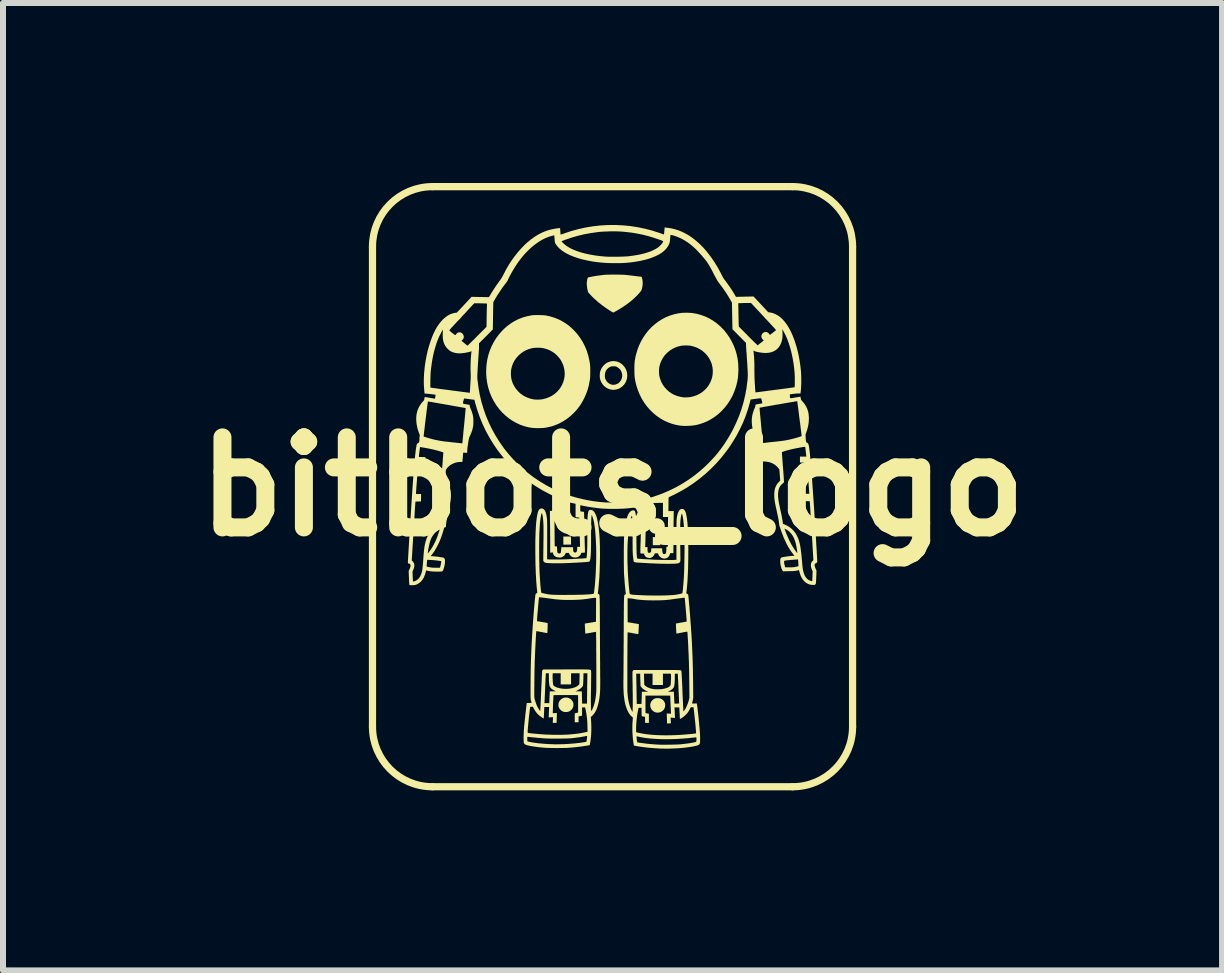
<source format=kicad_pcb>
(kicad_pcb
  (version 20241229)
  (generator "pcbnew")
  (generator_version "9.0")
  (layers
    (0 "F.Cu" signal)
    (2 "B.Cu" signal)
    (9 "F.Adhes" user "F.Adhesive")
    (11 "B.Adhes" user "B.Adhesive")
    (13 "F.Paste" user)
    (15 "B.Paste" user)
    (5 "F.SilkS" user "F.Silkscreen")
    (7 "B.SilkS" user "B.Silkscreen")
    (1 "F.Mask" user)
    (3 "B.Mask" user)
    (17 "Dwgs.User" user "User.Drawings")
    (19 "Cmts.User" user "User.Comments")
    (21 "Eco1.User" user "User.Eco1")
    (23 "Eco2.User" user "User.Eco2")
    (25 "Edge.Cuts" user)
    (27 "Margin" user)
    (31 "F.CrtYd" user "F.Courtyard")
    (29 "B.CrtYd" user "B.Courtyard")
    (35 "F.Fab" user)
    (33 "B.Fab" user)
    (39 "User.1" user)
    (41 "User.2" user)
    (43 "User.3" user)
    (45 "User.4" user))
  (footprint "bitbots_logo"
    (layer "F.Cu")
    (at 7.157 5.06)
    (property "Reference" "bitbots_logo" (at 0 0 0) (layer "F.SilkS") (effects (font (size 1.5 1.5) (thickness 0.3))))
    (attr board_only exclude_from_pos_files exclude_from_bom)
    (fp_line (start -4 4) (end -4 -4) (stroke (width 0.12) (type default)) (layer "F.SilkS"))
    (fp_line (start -3 -5) (end 3 -5) (stroke (width 0.12) (type default)) (layer "F.SilkS"))
    (fp_line (start 3 5) (end -3 5) (stroke (width 0.12) (type default)) (layer "F.SilkS"))
    (fp_line (start 4 -4) (end 4 4) (stroke (width 0.12) (type default)) (layer "F.SilkS"))
    (fp_arc (start -4 -4) (mid -3.707107 -4.707107) (end -3 -5) (stroke (width 0.12) (type default)) (layer "F.SilkS"))
    (fp_arc (start -3 5) (mid -3.707107 4.707107) (end -4 4) (stroke (width 0.12) (type default)) (layer "F.SilkS"))
    (fp_arc (start 3 -5) (mid 3.707107 -4.707107) (end 4 -4) (stroke (width 0.12) (type default)) (layer "F.SilkS"))
    (fp_arc (start 4 4) (mid 3.707107 4.707107) (end 3 5) (stroke (width 0.12) (type default)) (layer "F.SilkS"))
    (fp_poly (pts (xy 0.796 0.908) (xy 0.796 0.975) (xy 0.733 0.975) (xy 0.671 0.975) (xy 0.671 0.908) (xy 0.671 0.84) (xy 0.733 0.84) (xy 0.796 0.84)) (stroke (width 0) (type solid)) (fill yes) (layer "F.SilkS"))
    (fp_poly (pts (xy -0.756 0.831) (xy -0.693 0.831) (xy -0.692 0.898) (xy -0.691 0.965) (xy -0.75 0.965) (xy -0.769 0.965) (xy -0.787 0.966) (xy -0.801 0.966) (xy -0.811 0.967) (xy -0.814 0.967) (xy -0.816 0.967) (xy -0.817 0.965) (xy -0.818 0.961) (xy -0.819 0.953) (xy -0.819 0.94) (xy -0.82 0.923) (xy -0.82 0.899) (xy -0.82 0.83)) (stroke (width 0) (type solid)) (fill yes) (layer "F.SilkS"))
    (fp_poly (pts (xy 0.758 0.527) (xy 0.776 0.532) (xy 0.803 0.543) (xy 0.826 0.559) (xy 0.845 0.58) (xy 0.859 0.603) (xy 0.867 0.628) (xy 0.871 0.655) (xy 0.868 0.683) (xy 0.859 0.71) (xy 0.858 0.711) (xy 0.843 0.736) (xy 0.823 0.757) (xy 0.799 0.773) (xy 0.773 0.784) (xy 0.745 0.788) (xy 0.716 0.787) (xy 0.702 0.784) (xy 0.673 0.773) (xy 0.648 0.757) (xy 0.628 0.736) (xy 0.615 0.715) (xy 0.605 0.687) (xy 0.601 0.661) (xy 0.603 0.635) (xy 0.61 0.61) (xy 0.621 0.587) (xy 0.637 0.567) (xy 0.656 0.55) (xy 0.678 0.537) (xy 0.703 0.529) (xy 0.73 0.525)) (stroke (width 0) (type solid)) (fill yes) (layer "F.SilkS"))
    (fp_poly (pts (xy 0.774 3.524) (xy 0.797 3.529) (xy 0.818 3.539) (xy 0.829 3.546) (xy 0.849 3.564) (xy 0.864 3.586) (xy 0.874 3.61) (xy 0.878 3.636) (xy 0.876 3.662) (xy 0.869 3.687) (xy 0.857 3.711) (xy 0.848 3.722) (xy 0.826 3.741) (xy 0.801 3.755) (xy 0.774 3.763) (xy 0.746 3.765) (xy 0.724 3.762) (xy 0.698 3.753) (xy 0.674 3.737) (xy 0.654 3.717) (xy 0.649 3.711) (xy 0.636 3.686) (xy 0.629 3.66) (xy 0.628 3.633) (xy 0.633 3.607) (xy 0.645 3.582) (xy 0.662 3.56) (xy 0.666 3.556) (xy 0.683 3.542) (xy 0.7 3.532) (xy 0.718 3.526) (xy 0.741 3.523) (xy 0.747 3.523)) (stroke (width 0) (type solid)) (fill yes) (layer "F.SilkS"))
    (fp_poly (pts (xy -0.747 3.516) (xy -0.722 3.524) (xy -0.7 3.538) (xy -0.68 3.557) (xy -0.664 3.58) (xy -0.661 3.586) (xy -0.656 3.598) (xy -0.653 3.608) (xy -0.652 3.621) (xy -0.652 3.634) (xy -0.652 3.65) (xy -0.654 3.662) (xy -0.657 3.673) (xy -0.662 3.683) (xy -0.675 3.706) (xy -0.694 3.726) (xy -0.717 3.742) (xy -0.721 3.744) (xy -0.74 3.751) (xy -0.763 3.755) (xy -0.787 3.755) (xy -0.809 3.753) (xy -0.819 3.75) (xy -0.844 3.738) (xy -0.864 3.722) (xy -0.881 3.701) (xy -0.891 3.683) (xy -0.897 3.67) (xy -0.9 3.659) (xy -0.901 3.645) (xy -0.901 3.637) (xy -0.899 3.61) (xy -0.892 3.587) (xy -0.879 3.566) (xy -0.87 3.554) (xy -0.848 3.535) (xy -0.824 3.522) (xy -0.799 3.515) (xy -0.773 3.513)) (stroke (width 0) (type solid)) (fill yes) (layer "F.SilkS"))
    (fp_poly (pts (xy -0.743 0.52) (xy -0.731 0.521) (xy -0.722 0.522) (xy -0.713 0.525) (xy -0.704 0.529) (xy -0.701 0.53) (xy -0.678 0.544) (xy -0.66 0.56) (xy -0.645 0.579) (xy -0.642 0.584) (xy -0.63 0.61) (xy -0.625 0.637) (xy -0.625 0.664) (xy -0.631 0.69) (xy -0.643 0.714) (xy -0.659 0.736) (xy -0.681 0.755) (xy -0.701 0.767) (xy -0.713 0.772) (xy -0.724 0.775) (xy -0.736 0.777) (xy -0.752 0.778) (xy -0.755 0.778) (xy -0.773 0.778) (xy -0.787 0.777) (xy -0.798 0.775) (xy -0.805 0.773) (xy -0.832 0.759) (xy -0.856 0.74) (xy -0.875 0.717) (xy -0.885 0.699) (xy -0.888 0.69) (xy -0.891 0.68) (xy -0.892 0.668) (xy -0.892 0.651) (xy -0.892 0.649) (xy -0.892 0.632) (xy -0.891 0.62) (xy -0.889 0.61) (xy -0.886 0.601) (xy -0.883 0.595) (xy -0.871 0.575) (xy -0.854 0.556) (xy -0.834 0.54) (xy -0.818 0.53) (xy -0.808 0.525) (xy -0.8 0.522) (xy -0.791 0.521) (xy -0.779 0.52) (xy -0.763 0.52) (xy -0.76 0.52)) (stroke (width 0) (type solid)) (fill yes) (layer "F.SilkS"))
    (fp_poly (pts (xy 0.058 -2.089) (xy 0.093 -2.079) (xy 0.127 -2.062) (xy 0.158 -2.04) (xy 0.168 -2.031) (xy 0.194 -2.003) (xy 0.214 -1.973) (xy 0.23 -1.94) (xy 0.23 -1.938) (xy 0.241 -1.9) (xy 0.245 -1.862) (xy 0.244 -1.825) (xy 0.237 -1.79) (xy 0.226 -1.756) (xy 0.209 -1.725) (xy 0.189 -1.696) (xy 0.164 -1.671) (xy 0.136 -1.65) (xy 0.105 -1.633) (xy 0.071 -1.622) (xy 0.035 -1.615) (xy -0.003 -1.615) (xy -0.011 -1.616) (xy -0.047 -1.623) (xy -0.082 -1.637) (xy -0.114 -1.656) (xy -0.143 -1.68) (xy -0.168 -1.709) (xy -0.188 -1.742) (xy -0.19 -1.746) (xy -0.201 -1.773) (xy -0.209 -1.799) (xy -0.212 -1.827) (xy -0.213 -1.844) (xy -0.128 -1.844) (xy -0.127 -1.827) (xy -0.126 -1.815) (xy -0.123 -1.804) (xy -0.118 -1.792) (xy -0.114 -1.784) (xy -0.098 -1.756) (xy -0.077 -1.733) (xy -0.051 -1.716) (xy -0.023 -1.703) (xy -0.015 -1.701) (xy 0.001 -1.698) (xy 0.016 -1.697) (xy 0.032 -1.699) (xy 0.047 -1.702) (xy 0.076 -1.712) (xy 0.101 -1.727) (xy 0.122 -1.748) (xy 0.14 -1.772) (xy 0.153 -1.801) (xy 0.16 -1.829) (xy 0.161 -1.861) (xy 0.157 -1.892) (xy 0.146 -1.921) (xy 0.13 -1.948) (xy 0.109 -1.971) (xy 0.084 -1.989) (xy 0.072 -1.996) (xy 0.061 -2.001) (xy 0.051 -2.004) (xy 0.042 -2.006) (xy 0.029 -2.006) (xy 0.015 -2.007) (xy -0.001 -2.006) (xy -0.013 -2.006) (xy -0.022 -2.004) (xy -0.032 -2) (xy -0.041 -1.996) (xy -0.069 -1.979) (xy -0.092 -1.958) (xy -0.109 -1.934) (xy -0.121 -1.905) (xy -0.127 -1.873) (xy -0.128 -1.844) (xy -0.213 -1.844) (xy -0.213 -1.853) (xy -0.211 -1.889) (xy -0.205 -1.921) (xy -0.193 -1.953) (xy -0.186 -1.969) (xy -0.171 -1.992) (xy -0.152 -2.016) (xy -0.13 -2.038) (xy -0.107 -2.056) (xy -0.089 -2.067) (xy -0.053 -2.082) (xy -0.016 -2.091) (xy 0.021 -2.093)) (stroke (width 0) (type solid)) (fill yes) (layer "F.SilkS"))
    (fp_poly (pts (xy 0.066 -3.534) (xy 0.095 -3.534) (xy 0.121 -3.533) (xy 0.145 -3.533) (xy 0.168 -3.532) (xy 0.19 -3.531) (xy 0.214 -3.529) (xy 0.238 -3.527) (xy 0.266 -3.524) (xy 0.297 -3.52) (xy 0.332 -3.516) (xy 0.373 -3.511) (xy 0.384 -3.51) (xy 0.409 -3.507) (xy 0.431 -3.504) (xy 0.451 -3.502) (xy 0.467 -3.5) (xy 0.477 -3.499) (xy 0.482 -3.498) (xy 0.483 -3.498) (xy 0.485 -3.495) (xy 0.488 -3.487) (xy 0.491 -3.475) (xy 0.495 -3.461) (xy 0.498 -3.446) (xy 0.5 -3.431) (xy 0.501 -3.425) (xy 0.503 -3.387) (xy 0.5 -3.347) (xy 0.492 -3.307) (xy 0.487 -3.29) (xy 0.483 -3.278) (xy 0.477 -3.267) (xy 0.468 -3.254) (xy 0.456 -3.238) (xy 0.455 -3.237) (xy 0.408 -3.185) (xy 0.354 -3.133) (xy 0.294 -3.082) (xy 0.227 -3.032) (xy 0.174 -2.996) (xy 0.155 -2.984) (xy 0.134 -2.971) (xy 0.112 -2.957) (xy 0.09 -2.944) (xy 0.07 -2.932) (xy 0.051 -2.922) (xy 0.035 -2.913) (xy 0.023 -2.906) (xy 0.015 -2.903) (xy 0.013 -2.902) (xy 0.008 -2.904) (xy -0.001 -2.909) (xy -0.013 -2.915) (xy -0.025 -2.922) (xy -0.102 -2.972) (xy -0.173 -3.023) (xy -0.239 -3.075) (xy -0.296 -3.126) (xy -0.312 -3.14) (xy -0.329 -3.157) (xy -0.346 -3.174) (xy -0.362 -3.191) (xy -0.377 -3.208) (xy -0.391 -3.222) (xy -0.401 -3.234) (xy -0.407 -3.243) (xy -0.408 -3.244) (xy -0.411 -3.252) (xy -0.414 -3.265) (xy -0.417 -3.282) (xy -0.421 -3.301) (xy -0.424 -3.322) (xy -0.426 -3.342) (xy -0.428 -3.361) (xy -0.429 -3.367) (xy -0.429 -3.394) (xy -0.427 -3.422) (xy -0.422 -3.45) (xy -0.416 -3.473) (xy -0.411 -3.486) (xy -0.365 -3.496) (xy -0.323 -3.504) (xy -0.277 -3.512) (xy -0.228 -3.519) (xy -0.179 -3.525) (xy -0.157 -3.528) (xy -0.141 -3.53) (xy -0.124 -3.531) (xy -0.106 -3.532) (xy -0.085 -3.533) (xy -0.061 -3.533) (xy -0.032 -3.534) (xy 0.001 -3.534) (xy 0.032 -3.534)) (stroke (width 0) (type solid)) (fill yes) (layer "F.SilkS"))
    (fp_poly (pts (xy 1.264 -2.898) (xy 1.296 -2.897) (xy 1.325 -2.894) (xy 1.33 -2.894) (xy 1.404 -2.881) (xy 1.475 -2.861) (xy 1.545 -2.836) (xy 1.612 -2.804) (xy 1.676 -2.766) (xy 1.737 -2.722) (xy 1.795 -2.673) (xy 1.804 -2.664) (xy 1.858 -2.608) (xy 1.907 -2.546) (xy 1.952 -2.481) (xy 1.99 -2.413) (xy 2.023 -2.343) (xy 2.049 -2.273) (xy 2.07 -2.201) (xy 2.085 -2.128) (xy 2.094 -2.052) (xy 2.097 -1.972) (xy 2.098 -1.956) (xy 2.095 -1.881) (xy 2.089 -1.811) (xy 2.077 -1.743) (xy 2.06 -1.676) (xy 2.038 -1.61) (xy 2.027 -1.58) (xy 1.995 -1.508) (xy 1.958 -1.441) (xy 1.916 -1.377) (xy 1.87 -1.318) (xy 1.819 -1.263) (xy 1.765 -1.212) (xy 1.707 -1.167) (xy 1.646 -1.127) (xy 1.582 -1.092) (xy 1.515 -1.064) (xy 1.446 -1.041) (xy 1.402 -1.03) (xy 1.359 -1.022) (xy 1.313 -1.017) (xy 1.264 -1.014) (xy 1.216 -1.012) (xy 1.17 -1.014) (xy 1.136 -1.017) (xy 1.11 -1.02) (xy 1.081 -1.026) (xy 1.049 -1.032) (xy 1.019 -1.04) (xy 0.994 -1.047) (xy 0.925 -1.072) (xy 0.858 -1.102) (xy 0.794 -1.139) (xy 0.734 -1.181) (xy 0.677 -1.228) (xy 0.624 -1.28) (xy 0.575 -1.336) (xy 0.53 -1.397) (xy 0.49 -1.461) (xy 0.455 -1.53) (xy 0.425 -1.601) (xy 0.4 -1.676) (xy 0.391 -1.712) (xy 0.383 -1.743) (xy 0.378 -1.771) (xy 0.373 -1.797) (xy 0.369 -1.823) (xy 0.367 -1.85) (xy 0.365 -1.879) (xy 0.365 -1.912) (xy 0.365 -1.912) (xy 0.775 -1.912) (xy 0.776 -1.885) (xy 0.778 -1.86) (xy 0.78 -1.845) (xy 0.794 -1.793) (xy 0.813 -1.744) (xy 0.838 -1.698) (xy 0.869 -1.655) (xy 0.905 -1.616) (xy 0.945 -1.581) (xy 0.989 -1.551) (xy 1.021 -1.534) (xy 1.067 -1.515) (xy 1.115 -1.501) (xy 1.166 -1.491) (xy 1.184 -1.489) (xy 1.198 -1.488) (xy 1.217 -1.488) (xy 1.239 -1.489) (xy 1.262 -1.49) (xy 1.283 -1.492) (xy 1.301 -1.495) (xy 1.305 -1.495) (xy 1.357 -1.508) (xy 1.407 -1.526) (xy 1.454 -1.55) (xy 1.498 -1.579) (xy 1.538 -1.613) (xy 1.574 -1.652) (xy 1.605 -1.694) (xy 1.63 -1.74) (xy 1.647 -1.781) (xy 1.661 -1.828) (xy 1.669 -1.878) (xy 1.671 -1.929) (xy 1.667 -1.98) (xy 1.657 -2.029) (xy 1.651 -2.051) (xy 1.631 -2.1) (xy 1.606 -2.146) (xy 1.575 -2.189) (xy 1.54 -2.227) (xy 1.5 -2.262) (xy 1.456 -2.291) (xy 1.409 -2.315) (xy 1.359 -2.334) (xy 1.306 -2.347) (xy 1.299 -2.349) (xy 1.283 -2.351) (xy 1.262 -2.352) (xy 1.24 -2.353) (xy 1.223 -2.354) (xy 1.201 -2.353) (xy 1.179 -2.352) (xy 1.159 -2.35) (xy 1.146 -2.349) (xy 1.093 -2.336) (xy 1.042 -2.318) (xy 0.995 -2.294) (xy 0.951 -2.266) (xy 0.911 -2.232) (xy 0.875 -2.195) (xy 0.844 -2.153) (xy 0.818 -2.108) (xy 0.797 -2.06) (xy 0.783 -2.01) (xy 0.778 -1.987) (xy 0.776 -1.965) (xy 0.775 -1.94) (xy 0.775 -1.912) (xy 0.365 -1.912) (xy 0.364 -1.949) (xy 0.364 -1.956) (xy 0.364 -1.995) (xy 0.365 -2.028) (xy 0.367 -2.058) (xy 0.369 -2.084) (xy 0.372 -2.11) (xy 0.377 -2.136) (xy 0.382 -2.164) (xy 0.39 -2.195) (xy 0.391 -2.2) (xy 0.413 -2.276) (xy 0.44 -2.349) (xy 0.473 -2.418) (xy 0.51 -2.484) (xy 0.552 -2.546) (xy 0.598 -2.604) (xy 0.649 -2.658) (xy 0.703 -2.706) (xy 0.761 -2.75) (xy 0.822 -2.789) (xy 0.886 -2.823) (xy 0.953 -2.85) (xy 1.022 -2.872) (xy 1.093 -2.888) (xy 1.133 -2.894) (xy 1.161 -2.897) (xy 1.194 -2.898) (xy 1.229 -2.899)) (stroke (width 0) (type solid)) (fill yes) (layer "F.SilkS"))
    (fp_poly (pts (xy -1.22 -2.86) (xy -1.19 -2.859) (xy -1.162 -2.858) (xy -1.138 -2.856) (xy -1.119 -2.854) (xy -1.116 -2.854) (xy -1.041 -2.838) (xy -0.969 -2.816) (xy -0.899 -2.788) (xy -0.832 -2.753) (xy -0.767 -2.712) (xy -0.739 -2.692) (xy -0.718 -2.675) (xy -0.693 -2.653) (xy -0.668 -2.63) (xy -0.643 -2.605) (xy -0.619 -2.58) (xy -0.598 -2.556) (xy -0.587 -2.543) (xy -0.539 -2.478) (xy -0.496 -2.41) (xy -0.46 -2.339) (xy -0.429 -2.264) (xy -0.405 -2.186) (xy -0.386 -2.105) (xy -0.379 -2.062) (xy -0.376 -2.046) (xy -0.375 -2.031) (xy -0.373 -2.015) (xy -0.372 -1.999) (xy -0.372 -1.979) (xy -0.371 -1.956) (xy -0.371 -1.927) (xy -0.371 -1.919) (xy -0.371 -1.889) (xy -0.372 -1.864) (xy -0.372 -1.844) (xy -0.373 -1.827) (xy -0.374 -1.811) (xy -0.376 -1.796) (xy -0.378 -1.78) (xy -0.379 -1.775) (xy -0.394 -1.694) (xy -0.414 -1.618) (xy -0.44 -1.546) (xy -0.471 -1.476) (xy -0.507 -1.408) (xy -0.533 -1.367) (xy -0.56 -1.328) (xy -0.588 -1.292) (xy -0.619 -1.257) (xy -0.646 -1.228) (xy -0.703 -1.175) (xy -0.762 -1.129) (xy -0.825 -1.088) (xy -0.89 -1.053) (xy -0.957 -1.024) (xy -1.027 -1.002) (xy -1.099 -0.986) (xy -1.15 -0.979) (xy -1.166 -0.978) (xy -1.188 -0.977) (xy -1.213 -0.976) (xy -1.239 -0.976) (xy -1.266 -0.976) (xy -1.291 -0.977) (xy -1.313 -0.978) (xy -1.33 -0.979) (xy -1.331 -0.979) (xy -1.401 -0.99) (xy -1.47 -1.008) (xy -1.538 -1.032) (xy -1.603 -1.062) (xy -1.667 -1.098) (xy -1.727 -1.139) (xy -1.784 -1.185) (xy -1.838 -1.236) (xy -1.888 -1.292) (xy -1.933 -1.352) (xy -1.94 -1.362) (xy -1.983 -1.432) (xy -2.019 -1.504) (xy -2.049 -1.579) (xy -2.073 -1.656) (xy -2.09 -1.735) (xy -2.101 -1.816) (xy -2.106 -1.894) (xy -1.693 -1.894) (xy -1.693 -1.861) (xy -1.69 -1.829) (xy -1.686 -1.799) (xy -1.682 -1.78) (xy -1.665 -1.728) (xy -1.641 -1.68) (xy -1.613 -1.635) (xy -1.578 -1.594) (xy -1.539 -1.556) (xy -1.495 -1.524) (xy -1.48 -1.514) (xy -1.441 -1.494) (xy -1.399 -1.477) (xy -1.354 -1.463) (xy -1.309 -1.454) (xy -1.298 -1.453) (xy -1.273 -1.451) (xy -1.244 -1.451) (xy -1.213 -1.452) (xy -1.183 -1.455) (xy -1.157 -1.459) (xy -1.155 -1.46) (xy -1.102 -1.474) (xy -1.051 -1.494) (xy -1.004 -1.519) (xy -0.96 -1.55) (xy -0.921 -1.585) (xy -0.886 -1.625) (xy -0.869 -1.649) (xy -0.842 -1.695) (xy -0.822 -1.742) (xy -0.808 -1.789) (xy -0.799 -1.838) (xy -0.797 -1.886) (xy -0.8 -1.934) (xy -0.809 -1.981) (xy -0.822 -2.026) (xy -0.841 -2.07) (xy -0.864 -2.112) (xy -0.893 -2.151) (xy -0.925 -2.187) (xy -0.962 -2.22) (xy -1.003 -2.248) (xy -1.047 -2.273) (xy -1.095 -2.292) (xy -1.147 -2.307) (xy -1.171 -2.311) (xy -1.194 -2.314) (xy -1.221 -2.316) (xy -1.25 -2.316) (xy -1.279 -2.315) (xy -1.307 -2.313) (xy -1.331 -2.31) (xy -1.341 -2.308) (xy -1.395 -2.293) (xy -1.446 -2.272) (xy -1.494 -2.245) (xy -1.538 -2.212) (xy -1.568 -2.185) (xy -1.604 -2.144) (xy -1.635 -2.1) (xy -1.659 -2.053) (xy -1.677 -2.003) (xy -1.689 -1.953) (xy -1.692 -1.925) (xy -1.693 -1.894) (xy -2.106 -1.894) (xy -2.106 -1.899) (xy -2.105 -1.949) (xy -2.1 -2.032) (xy -2.088 -2.113) (xy -2.07 -2.192) (xy -2.045 -2.268) (xy -2.015 -2.341) (xy -1.979 -2.411) (xy -1.937 -2.478) (xy -1.889 -2.542) (xy -1.836 -2.602) (xy -1.813 -2.625) (xy -1.756 -2.676) (xy -1.695 -2.721) (xy -1.632 -2.76) (xy -1.566 -2.793) (xy -1.497 -2.82) (xy -1.425 -2.84) (xy -1.349 -2.855) (xy -1.348 -2.856) (xy -1.33 -2.858) (xy -1.307 -2.859) (xy -1.28 -2.86) (xy -1.25 -2.86)) (stroke (width 0) (type solid)) (fill yes) (layer "F.SilkS"))
    (fp_poly (pts (xy 1.17 0.371) (xy 1.186 0.378) (xy 1.199 0.391) (xy 1.211 0.41) (xy 1.221 0.436) (xy 1.229 0.468) (xy 1.229 0.469) (xy 1.235 0.498) (xy 1.24 0.53) (xy 1.244 0.563) (xy 1.248 0.598) (xy 1.251 0.637) (xy 1.254 0.679) (xy 1.256 0.725) (xy 1.258 0.776) (xy 1.26 0.831) (xy 1.261 0.893) (xy 1.262 0.96) (xy 1.262 0.975) (xy 1.263 1.053) (xy 1.262 1.131) (xy 1.262 1.207) (xy 1.26 1.282) (xy 1.259 1.354) (xy 1.256 1.424) (xy 1.253 1.49) (xy 1.25 1.552) (xy 1.246 1.609) (xy 1.242 1.661) (xy 1.237 1.708) (xy 1.234 1.734) (xy 1.232 1.753) (xy 1.23 1.766) (xy 1.23 1.774) (xy 1.23 1.779) (xy 1.231 1.781) (xy 1.234 1.781) (xy 1.236 1.781) (xy 1.244 1.784) (xy 1.253 1.791) (xy 1.26 1.799) (xy 1.261 1.802) (xy 1.262 1.809) (xy 1.264 1.822) (xy 1.266 1.84) (xy 1.268 1.864) (xy 1.271 1.892) (xy 1.273 1.923) (xy 1.276 1.958) (xy 1.28 1.995) (xy 1.283 2.034) (xy 1.286 2.075) (xy 1.29 2.117) (xy 1.293 2.158) (xy 1.296 2.2) (xy 1.299 2.24) (xy 1.302 2.279) (xy 1.305 2.315) (xy 1.307 2.347) (xy 1.315 2.468) (xy 1.322 2.584) (xy 1.327 2.697) (xy 1.332 2.809) (xy 1.336 2.921) (xy 1.339 3.035) (xy 1.341 3.152) (xy 1.343 3.273) (xy 1.343 3.294) (xy 1.345 3.52) (xy 1.337 3.561) (xy 1.333 3.577) (xy 1.33 3.592) (xy 1.327 3.602) (xy 1.326 3.608) (xy 1.325 3.611) (xy 1.326 3.612) (xy 1.33 3.613) (xy 1.338 3.614) (xy 1.351 3.613) (xy 1.363 3.613) (xy 1.404 3.612) (xy 1.406 3.624) (xy 1.408 3.633) (xy 1.41 3.649) (xy 1.413 3.669) (xy 1.416 3.695) (xy 1.419 3.724) (xy 1.423 3.756) (xy 1.427 3.79) (xy 1.431 3.826) (xy 1.435 3.863) (xy 1.438 3.9) (xy 1.442 3.936) (xy 1.445 3.971) (xy 1.448 4.004) (xy 1.451 4.034) (xy 1.453 4.061) (xy 1.454 4.074) (xy 1.456 4.102) (xy 1.458 4.131) (xy 1.459 4.16) (xy 1.459 4.188) (xy 1.459 4.214) (xy 1.459 4.236) (xy 1.458 4.255) (xy 1.457 4.268) (xy 1.456 4.272) (xy 1.453 4.283) (xy 1.446 4.293) (xy 1.437 4.301) (xy 1.424 4.308) (xy 1.406 4.314) (xy 1.382 4.32) (xy 1.362 4.325) (xy 1.312 4.334) (xy 1.256 4.342) (xy 1.195 4.35) (xy 1.131 4.356) (xy 1.065 4.36) (xy 0.997 4.363) (xy 0.93 4.365) (xy 0.864 4.365) (xy 0.8 4.364) (xy 0.789 4.363) (xy 0.721 4.359) (xy 0.651 4.354) (xy 0.583 4.348) (xy 0.518 4.34) (xy 0.514 4.34) (xy 0.496 4.337) (xy 0.476 4.335) (xy 0.454 4.331) (xy 0.433 4.328) (xy 0.412 4.324) (xy 0.393 4.321) (xy 0.377 4.318) (xy 0.365 4.316) (xy 0.358 4.315) (xy 0.357 4.314) (xy 0.356 4.31) (xy 0.354 4.3) (xy 0.351 4.285) (xy 0.348 4.267) (xy 0.345 4.247) (xy 0.342 4.226) (xy 0.34 4.205) (xy 0.338 4.185) (xy 0.337 4.179) (xy 0.337 4.172) (xy 0.4 4.172) (xy 0.401 4.183) (xy 0.403 4.2) (xy 0.405 4.219) (xy 0.411 4.26) (xy 0.431 4.263) (xy 0.466 4.269) (xy 0.505 4.274) (xy 0.548 4.28) (xy 0.593 4.285) (xy 0.639 4.289) (xy 0.685 4.293) (xy 0.727 4.296) (xy 0.743 4.297) (xy 0.765 4.298) (xy 0.793 4.299) (xy 0.824 4.3) (xy 0.859 4.3) (xy 0.896 4.3) (xy 0.934 4.299) (xy 0.972 4.299) (xy 1.009 4.298) (xy 1.044 4.297) (xy 1.076 4.296) (xy 1.103 4.295) (xy 1.125 4.293) (xy 1.128 4.293) (xy 1.184 4.287) (xy 1.235 4.281) (xy 1.281 4.275) (xy 1.322 4.268) (xy 1.357 4.261) (xy 1.362 4.26) (xy 1.377 4.256) (xy 1.386 4.253) (xy 1.392 4.25) (xy 1.395 4.246) (xy 1.396 4.245) (xy 1.397 4.237) (xy 1.398 4.226) (xy 1.399 4.213) (xy 1.398 4.199) (xy 1.398 4.188) (xy 1.397 4.18) (xy 1.395 4.177) (xy 1.391 4.177) (xy 1.381 4.177) (xy 1.367 4.179) (xy 1.351 4.18) (xy 1.349 4.181) (xy 1.255 4.191) (xy 1.16 4.198) (xy 1.066 4.204) (xy 0.973 4.207) (xy 0.883 4.208) (xy 0.795 4.206) (xy 0.711 4.202) (xy 0.631 4.196) (xy 0.557 4.188) (xy 0.542 4.186) (xy 0.522 4.183) (xy 0.5 4.179) (xy 0.477 4.175) (xy 0.455 4.17) (xy 0.435 4.166) (xy 0.418 4.163) (xy 0.407 4.16) (xy 0.404 4.16) (xy 0.401 4.161) (xy 0.4 4.165) (xy 0.4 4.172) (xy 0.337 4.172) (xy 0.332 4.103) (xy 0.331 4.091) (xy 0.393 4.091) (xy 0.407 4.095) (xy 0.46 4.107) (xy 0.52 4.118) (xy 0.584 4.127) (xy 0.654 4.134) (xy 0.729 4.139) (xy 0.808 4.142) (xy 0.891 4.143) (xy 0.978 4.142) (xy 1.068 4.139) (xy 1.079 4.138) (xy 1.105 4.137) (xy 1.134 4.135) (xy 1.165 4.133) (xy 1.196 4.131) (xy 1.228 4.128) (xy 1.259 4.125) (xy 1.288 4.123) (xy 1.315 4.12) (xy 1.339 4.118) (xy 1.36 4.115) (xy 1.376 4.113) (xy 1.386 4.111) (xy 1.391 4.11) (xy 1.391 4.11) (xy 1.392 4.106) (xy 1.392 4.095) (xy 1.391 4.08) (xy 1.389 4.059) (xy 1.387 4.034) (xy 1.385 4.005) (xy 1.382 3.974) (xy 1.379 3.939) (xy 1.375 3.904) (xy 1.371 3.866) (xy 1.367 3.828) (xy 1.363 3.791) (xy 1.359 3.754) (xy 1.35 3.676) (xy 1.327 3.675) (xy 1.305 3.674) (xy 1.287 3.707) (xy 1.272 3.735) (xy 1.257 3.758) (xy 1.241 3.778) (xy 1.223 3.797) (xy 1.212 3.808) (xy 1.198 3.821) (xy 1.181 3.835) (xy 1.164 3.847) (xy 1.148 3.858) (xy 1.134 3.866) (xy 1.127 3.869) (xy 1.125 3.869) (xy 1.124 3.867) (xy 1.122 3.861) (xy 1.121 3.85) (xy 1.12 3.835) (xy 1.12 3.819) (xy 1.119 3.796) (xy 1.118 3.771) (xy 1.116 3.746) (xy 1.115 3.724) (xy 1.115 3.723) (xy 1.113 3.678) (xy 1.073 3.678) (xy 1.032 3.678) (xy 1.034 3.711) (xy 1.035 3.726) (xy 1.036 3.746) (xy 1.037 3.769) (xy 1.038 3.791) (xy 1.038 3.799) (xy 1.041 3.855) (xy 1.026 3.853) (xy 1.014 3.851) (xy 0.999 3.85) (xy 0.989 3.849) (xy 0.968 3.847) (xy 0.97 3.894) (xy 0.973 3.941) (xy 0.96 3.943) (xy 0.949 3.944) (xy 0.935 3.945) (xy 0.927 3.945) (xy 0.908 3.945) (xy 0.908 3.916) (xy 0.907 3.902) (xy 0.907 3.883) (xy 0.906 3.861) (xy 0.906 3.84) (xy 0.905 3.832) (xy 0.903 3.779) (xy 0.938 3.781) (xy 0.974 3.783) (xy 0.968 3.649) (xy 0.967 3.618) (xy 0.966 3.59) (xy 0.964 3.563) (xy 0.964 3.54) (xy 0.963 3.521) (xy 0.962 3.507) (xy 0.962 3.499) (xy 0.962 3.498) (xy 0.962 3.481) (xy 0.755 3.481) (xy 0.549 3.481) (xy 0.549 3.627) (xy 0.549 3.772) (xy 0.565 3.776) (xy 0.578 3.778) (xy 0.59 3.781) (xy 0.594 3.781) (xy 0.606 3.784) (xy 0.606 3.859) (xy 0.606 3.935) (xy 0.574 3.935) (xy 0.542 3.935) (xy 0.542 3.885) (xy 0.542 3.835) (xy 0.517 3.83) (xy 0.505 3.828) (xy 0.495 3.826) (xy 0.489 3.825) (xy 0.489 3.824) (xy 0.487 3.822) (xy 0.486 3.816) (xy 0.485 3.805) (xy 0.485 3.79) (xy 0.484 3.768) (xy 0.484 3.754) (xy 0.484 3.685) (xy 0.459 3.685) (xy 0.434 3.685) (xy 0.429 3.708) (xy 0.412 3.795) (xy 0.401 3.886) (xy 0.394 3.978) (xy 0.393 4.043) (xy 0.393 4.091) (xy 0.331 4.091) (xy 0.33 4.029) (xy 0.331 3.954) (xy 0.337 3.877) (xy 0.337 3.869) (xy 0.339 3.846) (xy 0.322 3.832) (xy 0.301 3.813) (xy 0.281 3.787) (xy 0.262 3.756) (xy 0.244 3.719) (xy 0.229 3.679) (xy 0.215 3.634) (xy 0.208 3.605) (xy 0.2 3.565) (xy 0.194 3.521) (xy 0.188 3.475) (xy 0.185 3.424) (xy 0.182 3.369) (xy 0.181 3.309) (xy 0.181 3.243) (xy 0.181 3.222) (xy 0.182 3.22) (xy 0.247 3.22) (xy 0.247 3.26) (xy 0.247 3.296) (xy 0.247 3.329) (xy 0.247 3.358) (xy 0.247 3.382) (xy 0.247 3.401) (xy 0.247 3.414) (xy 0.248 3.421) (xy 0.253 3.484) (xy 0.261 3.543) (xy 0.272 3.598) (xy 0.285 3.647) (xy 0.301 3.691) (xy 0.319 3.729) (xy 0.324 3.739) (xy 0.334 3.754) (xy 0.336 3.678) (xy 0.337 3.661) (xy 0.337 3.638) (xy 0.337 3.61) (xy 0.337 3.577) (xy 0.337 3.541) (xy 0.337 3.503) (xy 0.337 3.462) (xy 0.336 3.421) (xy 0.335 3.379) (xy 0.335 3.373) (xy 0.335 3.321) (xy 0.334 3.276) (xy 0.333 3.237) (xy 0.333 3.203) (xy 0.332 3.174) (xy 0.332 3.149) (xy 0.332 3.129) (xy 0.332 3.116) (xy 0.395 3.116) (xy 0.397 3.261) (xy 0.398 3.297) (xy 0.399 3.336) (xy 0.399 3.376) (xy 0.4 3.415) (xy 0.401 3.452) (xy 0.401 3.486) (xy 0.402 3.513) (xy 0.404 3.62) (xy 0.444 3.62) (xy 0.483 3.62) (xy 0.485 3.552) (xy 0.486 3.528) (xy 0.487 3.504) (xy 0.487 3.482) (xy 0.488 3.463) (xy 0.488 3.45) (xy 0.488 3.417) (xy 0.92 3.417) (xy 0.971 3.417) (xy 1.023 3.417) (xy 1.023 3.426) (xy 1.023 3.435) (xy 1.023 3.449) (xy 1.024 3.466) (xy 1.025 3.486) (xy 1.026 3.507) (xy 1.027 3.53) (xy 1.028 3.551) (xy 1.029 3.571) (xy 1.03 3.588) (xy 1.03 3.602) (xy 1.031 3.61) (xy 1.031 3.613) (xy 1.034 3.615) (xy 1.039 3.616) (xy 1.049 3.616) (xy 1.064 3.615) (xy 1.071 3.615) (xy 1.086 3.614) (xy 1.099 3.613) (xy 1.107 3.613) (xy 1.11 3.612) (xy 1.11 3.609) (xy 1.109 3.599) (xy 1.109 3.584) (xy 1.108 3.565) (xy 1.107 3.541) (xy 1.106 3.513) (xy 1.104 3.483) (xy 1.103 3.45) (xy 1.101 3.416) (xy 1.1 3.381) (xy 1.098 3.346) (xy 1.097 3.31) (xy 1.095 3.276) (xy 1.094 3.244) (xy 1.092 3.214) (xy 1.091 3.186) (xy 1.09 3.163) (xy 1.089 3.143) (xy 1.088 3.129) (xy 1.088 3.12) (xy 1.087 3.117) (xy 1.084 3.116) (xy 1.076 3.116) (xy 1.064 3.116) (xy 1.063 3.116) (xy 1.038 3.116) (xy 1.038 3.181) (xy 1.037 3.224) (xy 1.035 3.261) (xy 1.032 3.291) (xy 1.029 3.316) (xy 1.024 3.334) (xy 1.021 3.342) (xy 1.009 3.36) (xy 0.991 3.377) (xy 0.967 3.393) (xy 0.95 3.402) (xy 0.92 3.417) (xy 0.488 3.417) (xy 0.541 3.417) (xy 0.594 3.417) (xy 0.576 3.409) (xy 0.543 3.393) (xy 0.514 3.375) (xy 0.491 3.354) (xy 0.477 3.337) (xy 0.466 3.321) (xy 0.464 3.241) (xy 0.463 3.217) (xy 0.462 3.194) (xy 0.462 3.173) (xy 0.461 3.155) (xy 0.461 3.143) (xy 0.461 3.139) (xy 0.461 3.116) (xy 0.524 3.116) (xy 0.526 3.208) (xy 0.529 3.3) (xy 0.543 3.315) (xy 0.564 3.332) (xy 0.591 3.346) (xy 0.624 3.359) (xy 0.663 3.369) (xy 0.694 3.374) (xy 0.705 3.375) (xy 0.721 3.376) (xy 0.74 3.376) (xy 0.76 3.376) (xy 0.781 3.375) (xy 0.8 3.375) (xy 0.815 3.374) (xy 0.822 3.373) (xy 0.856 3.367) (xy 0.888 3.359) (xy 0.915 3.349) (xy 0.937 3.338) (xy 0.954 3.325) (xy 0.955 3.324) (xy 0.962 3.316) (xy 0.966 3.308) (xy 0.968 3.297) (xy 0.969 3.289) (xy 0.971 3.273) (xy 0.972 3.252) (xy 0.973 3.23) (xy 0.974 3.207) (xy 0.975 3.184) (xy 0.975 3.164) (xy 0.975 3.148) (xy 0.974 3.136) (xy 0.974 3.135) (xy 0.971 3.116) (xy 0.906 3.116) (xy 0.84 3.116) (xy 0.84 3.211) (xy 0.84 3.305) (xy 0.754 3.305) (xy 0.667 3.305) (xy 0.667 3.211) (xy 0.667 3.116) (xy 0.596 3.116) (xy 0.524 3.116) (xy 0.461 3.116) (xy 0.428 3.116) (xy 0.395 3.116) (xy 0.332 3.116) (xy 0.332 3.113) (xy 0.332 3.1) (xy 0.333 3.09) (xy 0.333 3.082) (xy 0.334 3.077) (xy 0.335 3.073) (xy 0.336 3.071) (xy 0.337 3.069) (xy 0.339 3.067) (xy 0.341 3.066) (xy 0.342 3.065) (xy 0.352 3.055) (xy 0.741 3.055) (xy 0.801 3.055) (xy 0.855 3.055) (xy 0.903 3.055) (xy 0.945 3.055) (xy 0.982 3.055) (xy 1.015 3.055) (xy 1.042 3.055) (xy 1.065 3.056) (xy 1.085 3.056) (xy 1.1 3.057) (xy 1.113 3.057) (xy 1.123 3.058) (xy 1.131 3.06) (xy 1.136 3.061) (xy 1.14 3.062) (xy 1.143 3.064) (xy 1.145 3.066) (xy 1.146 3.069) (xy 1.146 3.071) (xy 1.147 3.074) (xy 1.148 3.079) (xy 1.149 3.09) (xy 1.15 3.107) (xy 1.152 3.13) (xy 1.153 3.157) (xy 1.155 3.19) (xy 1.157 3.226) (xy 1.159 3.267) (xy 1.161 3.311) (xy 1.163 3.358) (xy 1.165 3.408) (xy 1.165 3.414) (xy 1.167 3.46) (xy 1.169 3.505) (xy 1.171 3.548) (xy 1.173 3.587) (xy 1.175 3.623) (xy 1.176 3.656) (xy 1.178 3.684) (xy 1.179 3.707) (xy 1.18 3.726) (xy 1.181 3.738) (xy 1.181 3.745) (xy 1.181 3.746) (xy 1.184 3.744) (xy 1.19 3.738) (xy 1.198 3.726) (xy 1.208 3.71) (xy 1.214 3.702) (xy 1.228 3.675) (xy 1.242 3.644) (xy 1.255 3.609) (xy 1.267 3.574) (xy 1.27 3.561) (xy 1.281 3.52) (xy 1.279 3.28) (xy 1.278 3.201) (xy 1.277 3.127) (xy 1.276 3.056) (xy 1.274 2.989) (xy 1.273 2.922) (xy 1.27 2.856) (xy 1.268 2.788) (xy 1.264 2.718) (xy 1.261 2.645) (xy 1.257 2.566) (xy 1.254 2.52) (xy 1.252 2.488) (xy 1.251 2.463) (xy 1.249 2.444) (xy 1.248 2.43) (xy 1.246 2.421) (xy 1.245 2.416) (xy 1.244 2.416) (xy 1.24 2.416) (xy 1.23 2.417) (xy 1.215 2.42) (xy 1.196 2.423) (xy 1.175 2.427) (xy 1.153 2.432) (xy 1.13 2.436) (xy 1.109 2.44) (xy 1.091 2.444) (xy 1.077 2.446) (xy 1.068 2.447) (xy 1.065 2.447) (xy 1.064 2.444) (xy 1.063 2.434) (xy 1.062 2.42) (xy 1.061 2.403) (xy 1.06 2.384) (xy 1.059 2.363) (xy 1.058 2.343) (xy 1.057 2.323) (xy 1.057 2.307) (xy 1.057 2.293) (xy 1.057 2.284) (xy 1.057 2.281) (xy 1.061 2.28) (xy 1.07 2.278) (xy 1.084 2.275) (xy 1.103 2.272) (xy 1.124 2.268) (xy 1.147 2.264) (xy 1.17 2.26) (xy 1.191 2.256) (xy 1.209 2.252) (xy 1.223 2.25) (xy 1.232 2.248) (xy 1.235 2.247) (xy 1.236 2.244) (xy 1.235 2.234) (xy 1.234 2.219) (xy 1.233 2.2) (xy 1.231 2.176) (xy 1.229 2.15) (xy 1.227 2.121) (xy 1.224 2.091) (xy 1.222 2.06) (xy 1.219 2.029) (xy 1.216 1.998) (xy 1.214 1.969) (xy 1.211 1.941) (xy 1.209 1.917) (xy 1.207 1.895) (xy 1.205 1.879) (xy 1.204 1.867) (xy 1.204 1.863) (xy 1.202 1.849) (xy 1.189 1.851) (xy 1.182 1.852) (xy 1.169 1.853) (xy 1.152 1.855) (xy 1.133 1.858) (xy 1.119 1.859) (xy 1.094 1.862) (xy 1.065 1.866) (xy 1.036 1.87) (xy 1.01 1.874) (xy 1.004 1.874) (xy 0.967 1.88) (xy 0.933 1.884) (xy 0.901 1.887) (xy 0.868 1.89) (xy 0.835 1.892) (xy 0.799 1.893) (xy 0.76 1.894) (xy 0.715 1.894) (xy 0.694 1.895) (xy 0.637 1.894) (xy 0.585 1.893) (xy 0.538 1.891) (xy 0.494 1.888) (xy 0.452 1.884) (xy 0.412 1.88) (xy 0.372 1.873) (xy 0.349 1.869) (xy 0.33 1.866) (xy 0.308 1.863) (xy 0.289 1.861) (xy 0.282 1.861) (xy 0.251 1.858) (xy 0.251 2.059) (xy 0.251 2.095) (xy 0.251 2.129) (xy 0.251 2.16) (xy 0.251 2.188) (xy 0.252 2.212) (xy 0.252 2.232) (xy 0.252 2.247) (xy 0.253 2.256) (xy 0.253 2.259) (xy 0.258 2.259) (xy 0.267 2.261) (xy 0.282 2.263) (xy 0.299 2.266) (xy 0.319 2.269) (xy 0.341 2.273) (xy 0.362 2.277) (xy 0.383 2.28) (xy 0.402 2.283) (xy 0.418 2.286) (xy 0.43 2.288) (xy 0.437 2.29) (xy 0.438 2.29) (xy 0.438 2.294) (xy 0.438 2.303) (xy 0.438 2.317) (xy 0.437 2.334) (xy 0.436 2.353) (xy 0.435 2.374) (xy 0.434 2.394) (xy 0.433 2.414) (xy 0.432 2.431) (xy 0.431 2.444) (xy 0.43 2.453) (xy 0.43 2.457) (xy 0.426 2.456) (xy 0.417 2.455) (xy 0.403 2.453) (xy 0.384 2.45) (xy 0.363 2.446) (xy 0.341 2.442) (xy 0.317 2.437) (xy 0.296 2.433) (xy 0.278 2.43) (xy 0.264 2.428) (xy 0.255 2.427) (xy 0.251 2.426) (xy 0.251 2.43) (xy 0.251 2.44) (xy 0.25 2.456) (xy 0.25 2.477) (xy 0.25 2.503) (xy 0.249 2.534) (xy 0.249 2.569) (xy 0.249 2.607) (xy 0.248 2.648) (xy 0.248 2.692) (xy 0.248 2.738) (xy 0.248 2.786) (xy 0.247 2.835) (xy 0.247 2.885) (xy 0.247 2.936) (xy 0.247 2.986) (xy 0.247 3.036) (xy 0.247 3.084) (xy 0.247 3.132) (xy 0.247 3.177) (xy 0.247 3.22) (xy 0.182 3.22) (xy 0.182 3.207) (xy 0.182 3.186) (xy 0.182 3.158) (xy 0.182 3.126) (xy 0.183 3.088) (xy 0.183 3.045) (xy 0.183 2.998) (xy 0.184 2.947) (xy 0.184 2.892) (xy 0.184 2.835) (xy 0.185 2.774) (xy 0.185 2.712) (xy 0.185 2.647) (xy 0.186 2.581) (xy 0.186 2.514) (xy 0.186 2.464) (xy 0.187 2.385) (xy 0.187 2.313) (xy 0.187 2.247) (xy 0.188 2.187) (xy 0.188 2.133) (xy 0.188 2.084) (xy 0.189 2.04) (xy 0.189 2.001) (xy 0.189 1.966) (xy 0.19 1.936) (xy 0.19 1.909) (xy 0.191 1.886) (xy 0.191 1.867) (xy 0.192 1.851) (xy 0.193 1.837) (xy 0.194 1.827) (xy 0.195 1.818) (xy 0.196 1.811) (xy 0.197 1.807) (xy 0.199 1.803) (xy 0.2 1.801) (xy 0.202 1.799) (xy 0.204 1.798) (xy 0.206 1.798) (xy 0.209 1.797) (xy 0.211 1.796) (xy 0.212 1.796) (xy 0.22 1.792) (xy 0.222 1.787) (xy 0.222 1.785) (xy 0.221 1.778) (xy 0.219 1.764) (xy 0.216 1.745) (xy 0.214 1.721) (xy 0.211 1.693) (xy 0.208 1.663) (xy 0.205 1.63) (xy 0.202 1.595) (xy 0.2 1.559) (xy 0.197 1.523) (xy 0.194 1.488) (xy 0.192 1.455) (xy 0.191 1.434) (xy 0.19 1.408) (xy 0.19 1.378) (xy 0.189 1.343) (xy 0.189 1.304) (xy 0.188 1.263) (xy 0.188 1.22) (xy 0.188 1.176) (xy 0.188 1.131) (xy 0.188 1.107) (xy 0.248 1.107) (xy 0.248 1.185) (xy 0.249 1.264) (xy 0.252 1.345) (xy 0.255 1.427) (xy 0.26 1.51) (xy 0.266 1.592) (xy 0.268 1.614) (xy 0.27 1.638) (xy 0.272 1.664) (xy 0.275 1.69) (xy 0.278 1.714) (xy 0.28 1.737) (xy 0.282 1.756) (xy 0.284 1.772) (xy 0.286 1.781) (xy 0.286 1.784) (xy 0.289 1.788) (xy 0.296 1.792) (xy 0.308 1.795) (xy 0.324 1.798) (xy 0.346 1.801) (xy 0.373 1.803) (xy 0.407 1.805) (xy 0.415 1.805) (xy 0.495 1.809) (xy 0.57 1.812) (xy 0.64 1.813) (xy 0.706 1.814) (xy 0.769 1.814) (xy 0.829 1.813) (xy 0.881 1.812) (xy 0.908 1.811) (xy 0.936 1.81) (xy 0.962 1.808) (xy 0.985 1.807) (xy 1.005 1.806) (xy 1.018 1.805) (xy 1.033 1.803) (xy 1.051 1.801) (xy 1.071 1.798) (xy 1.091 1.794) (xy 1.111 1.79) (xy 1.129 1.786) (xy 1.145 1.782) (xy 1.156 1.779) (xy 1.161 1.776) (xy 1.162 1.776) (xy 1.163 1.771) (xy 1.166 1.76) (xy 1.168 1.743) (xy 1.171 1.722) (xy 1.174 1.697) (xy 1.176 1.668) (xy 1.179 1.637) (xy 1.182 1.604) (xy 1.184 1.57) (xy 1.187 1.535) (xy 1.189 1.505) (xy 1.191 1.46) (xy 1.193 1.41) (xy 1.195 1.356) (xy 1.196 1.299) (xy 1.197 1.24) (xy 1.198 1.18) (xy 1.199 1.12) (xy 1.2 1.06) (xy 1.2 1.002) (xy 1.199 0.947) (xy 1.199 0.895) (xy 1.198 0.847) (xy 1.197 0.804) (xy 1.196 0.776) (xy 1.192 0.712) (xy 1.189 0.655) (xy 1.184 0.605) (xy 1.18 0.561) (xy 1.174 0.524) (xy 1.169 0.493) (xy 1.165 0.477) (xy 1.161 0.461) (xy 1.157 0.453) (xy 1.154 0.45) (xy 1.152 0.454) (xy 1.148 0.464) (xy 1.146 0.471) (xy 1.142 0.488) (xy 1.139 0.508) (xy 1.136 0.529) (xy 1.133 0.554) (xy 1.131 0.581) (xy 1.129 0.613) (xy 1.128 0.648) (xy 1.127 0.687) (xy 1.127 0.732) (xy 1.126 0.781) (xy 1.127 0.836) (xy 1.127 0.897) (xy 1.128 0.964) (xy 1.128 0.984) (xy 1.129 1.032) (xy 1.13 1.074) (xy 1.13 1.11) (xy 1.13 1.14) (xy 1.131 1.166) (xy 1.131 1.187) (xy 1.131 1.204) (xy 1.131 1.218) (xy 1.13 1.228) (xy 1.13 1.236) (xy 1.129 1.242) (xy 1.128 1.246) (xy 1.128 1.249) (xy 1.127 1.252) (xy 1.126 1.253) (xy 1.121 1.26) (xy 1.115 1.266) (xy 1.107 1.271) (xy 1.096 1.275) (xy 1.083 1.278) (xy 1.066 1.281) (xy 1.045 1.283) (xy 1.02 1.284) (xy 0.989 1.284) (xy 0.953 1.285) (xy 0.916 1.285) (xy 0.852 1.284) (xy 0.784 1.283) (xy 0.711 1.28) (xy 0.633 1.277) (xy 0.549 1.272) (xy 0.461 1.267) (xy 0.432 1.265) (xy 0.408 1.264) (xy 0.39 1.262) (xy 0.376 1.259) (xy 0.366 1.256) (xy 0.359 1.252) (xy 0.354 1.246) (xy 0.351 1.238) (xy 0.349 1.227) (xy 0.348 1.214) (xy 0.347 1.21) (xy 0.344 1.19) (xy 0.342 1.169) (xy 0.34 1.149) (xy 0.338 1.127) (xy 0.337 1.104) (xy 0.336 1.078) (xy 0.335 1.05) (xy 0.335 1.018) (xy 0.335 0.981) (xy 0.334 0.94) (xy 0.334 0.892) (xy 0.335 0.857) (xy 0.335 0.799) (xy 0.335 0.746) (xy 0.334 0.696) (xy 0.334 0.651) (xy 0.333 0.61) (xy 0.332 0.575) (xy 0.33 0.545) (xy 0.329 0.52) (xy 0.327 0.502) (xy 0.325 0.491) (xy 0.323 0.479) (xy 0.317 0.493) (xy 0.306 0.523) (xy 0.296 0.56) (xy 0.286 0.602) (xy 0.278 0.651) (xy 0.271 0.704) (xy 0.264 0.762) (xy 0.259 0.824) (xy 0.255 0.89) (xy 0.251 0.959) (xy 0.249 1.032) (xy 0.248 1.107) (xy 0.188 1.107) (xy 0.188 1.087) (xy 0.188 1.044) (xy 0.189 1.003) (xy 0.189 0.965) (xy 0.19 0.931) (xy 0.19 0.901) (xy 0.191 0.876) (xy 0.192 0.856) (xy 0.192 0.853) (xy 0.198 0.784) (xy 0.204 0.722) (xy 0.211 0.665) (xy 0.219 0.615) (xy 0.227 0.57) (xy 0.237 0.531) (xy 0.247 0.496) (xy 0.259 0.467) (xy 0.263 0.459) (xy 0.276 0.437) (xy 0.291 0.419) (xy 0.308 0.405) (xy 0.325 0.397) (xy 0.342 0.393) (xy 0.358 0.396) (xy 0.361 0.397) (xy 0.368 0.402) (xy 0.373 0.409) (xy 0.378 0.421) (xy 0.382 0.437) (xy 0.384 0.447) (xy 0.386 0.46) (xy 0.388 0.473) (xy 0.39 0.486) (xy 0.392 0.5) (xy 0.393 0.516) (xy 0.394 0.533) (xy 0.395 0.553) (xy 0.396 0.576) (xy 0.396 0.602) (xy 0.397 0.632) (xy 0.397 0.667) (xy 0.397 0.707) (xy 0.398 0.752) (xy 0.398 0.803) (xy 0.398 0.818) (xy 0.398 0.871) (xy 0.398 0.918) (xy 0.399 0.959) (xy 0.399 0.996) (xy 0.399 1.027) (xy 0.4 1.055) (xy 0.401 1.079) (xy 0.401 1.1) (xy 0.402 1.119) (xy 0.404 1.135) (xy 0.405 1.151) (xy 0.406 1.166) (xy 0.408 1.18) (xy 0.409 1.183) (xy 0.41 1.192) (xy 0.413 1.197) (xy 0.418 1.199) (xy 0.425 1.2) (xy 0.432 1.201) (xy 0.446 1.202) (xy 0.465 1.203) (xy 0.489 1.205) (xy 0.516 1.207) (xy 0.547 1.208) (xy 0.581 1.21) (xy 0.616 1.212) (xy 0.653 1.214) (xy 0.686 1.216) (xy 0.712 1.217) (xy 0.741 1.218) (xy 0.773 1.219) (xy 0.807 1.22) (xy 0.841 1.22) (xy 0.875 1.221) (xy 0.909 1.221) (xy 0.94 1.222) (xy 0.969 1.222) (xy 0.994 1.222) (xy 1.014 1.221) (xy 1.029 1.221) (xy 1.033 1.22) (xy 1.065 1.218) (xy 1.065 0.889) (xy 1.065 0.834) (xy 1.065 0.785) (xy 1.065 0.742) (xy 1.065 0.704) (xy 1.065 0.671) (xy 1.066 0.643) (xy 1.066 0.619) (xy 1.066 0.599) (xy 1.067 0.582) (xy 1.067 0.568) (xy 1.068 0.556) (xy 1.068 0.545) (xy 1.069 0.537) (xy 1.07 0.529) (xy 1.071 0.522) (xy 1.071 0.522) (xy 1.075 0.494) (xy 1.08 0.473) (xy 1.085 0.454) (xy 1.09 0.438) (xy 1.097 0.422) (xy 1.1 0.417) (xy 1.112 0.396) (xy 1.125 0.382) (xy 1.14 0.373) (xy 1.152 0.37)) (stroke (width 0) (type solid)) (fill yes) (layer "F.SilkS"))
    (fp_poly (pts (xy -1.166 0.365) (xy -1.152 0.372) (xy -1.138 0.384) (xy -1.127 0.399) (xy -1.118 0.418) (xy -1.11 0.44) (xy -1.103 0.467) (xy -1.097 0.499) (xy -1.095 0.513) (xy -1.094 0.52) (xy -1.093 0.528) (xy -1.092 0.537) (xy -1.091 0.547) (xy -1.091 0.559) (xy -1.09 0.573) (xy -1.09 0.59) (xy -1.09 0.61) (xy -1.089 0.633) (xy -1.089 0.661) (xy -1.089 0.693) (xy -1.089 0.73) (xy -1.089 0.773) (xy -1.089 0.821) (xy -1.089 0.875) (xy -1.089 0.881) (xy -1.09 1.209) (xy -1.072 1.211) (xy -1.063 1.212) (xy -1.048 1.213) (xy -1.027 1.213) (xy -1.003 1.213) (xy -0.975 1.213) (xy -0.944 1.213) (xy -0.912 1.213) (xy -0.88 1.213) (xy -0.847 1.212) (xy -0.815 1.211) (xy -0.785 1.21) (xy -0.758 1.21) (xy -0.752 1.209) (xy -0.731 1.208) (xy -0.706 1.207) (xy -0.679 1.206) (xy -0.651 1.204) (xy -0.621 1.203) (xy -0.591 1.201) (xy -0.562 1.199) (xy -0.533 1.198) (xy -0.507 1.196) (xy -0.484 1.195) (xy -0.464 1.193) (xy -0.449 1.192) (xy -0.439 1.192) (xy -0.435 1.191) (xy -0.435 1.191) (xy -0.434 1.188) (xy -0.433 1.179) (xy -0.431 1.167) (xy -0.43 1.16) (xy -0.427 1.128) (xy -0.425 1.089) (xy -0.423 1.043) (xy -0.421 0.992) (xy -0.421 0.934) (xy -0.42 0.87) (xy -0.421 0.804) (xy -0.421 0.74) (xy -0.421 0.683) (xy -0.421 0.631) (xy -0.42 0.586) (xy -0.419 0.545) (xy -0.416 0.51) (xy -0.414 0.479) (xy -0.411 0.453) (xy -0.407 0.43) (xy -0.403 0.413) (xy -0.396 0.399) (xy -0.385 0.39) (xy -0.37 0.386) (xy -0.366 0.386) (xy -0.347 0.389) (xy -0.33 0.397) (xy -0.314 0.41) (xy -0.299 0.429) (xy -0.285 0.454) (xy -0.272 0.484) (xy -0.261 0.52) (xy -0.251 0.563) (xy -0.242 0.611) (xy -0.233 0.666) (xy -0.226 0.727) (xy -0.22 0.794) (xy -0.215 0.868) (xy -0.213 0.904) (xy -0.212 0.945) (xy -0.21 0.992) (xy -0.21 1.044) (xy -0.209 1.099) (xy -0.209 1.156) (xy -0.21 1.215) (xy -0.211 1.275) (xy -0.213 1.333) (xy -0.214 1.39) (xy -0.217 1.445) (xy -0.219 1.495) (xy -0.22 1.512) (xy -0.222 1.538) (xy -0.224 1.567) (xy -0.227 1.597) (xy -0.229 1.628) (xy -0.232 1.658) (xy -0.235 1.687) (xy -0.237 1.713) (xy -0.24 1.736) (xy -0.242 1.755) (xy -0.244 1.77) (xy -0.245 1.777) (xy -0.245 1.782) (xy -0.24 1.786) (xy -0.235 1.788) (xy -0.233 1.789) (xy -0.23 1.789) (xy -0.228 1.789) (xy -0.226 1.79) (xy -0.224 1.792) (xy -0.222 1.794) (xy -0.221 1.797) (xy -0.22 1.802) (xy -0.218 1.808) (xy -0.217 1.817) (xy -0.216 1.827) (xy -0.216 1.841) (xy -0.215 1.857) (xy -0.214 1.876) (xy -0.214 1.899) (xy -0.213 1.925) (xy -0.213 1.956) (xy -0.212 1.99) (xy -0.212 2.03) (xy -0.212 2.074) (xy -0.212 2.123) (xy -0.211 2.178) (xy -0.211 2.238) (xy -0.211 2.304) (xy -0.21 2.377) (xy -0.21 2.434) (xy -0.21 2.501) (xy -0.209 2.567) (xy -0.209 2.633) (xy -0.209 2.697) (xy -0.208 2.759) (xy -0.208 2.82) (xy -0.208 2.877) (xy -0.207 2.932) (xy -0.207 2.982) (xy -0.207 3.029) (xy -0.206 3.072) (xy -0.206 3.11) (xy -0.206 3.142) (xy -0.206 3.169) (xy -0.205 3.189) (xy -0.205 3.196) (xy -0.205 3.255) (xy -0.205 3.308) (xy -0.206 3.356) (xy -0.207 3.399) (xy -0.21 3.439) (xy -0.213 3.475) (xy -0.217 3.51) (xy -0.222 3.543) (xy -0.227 3.575) (xy -0.229 3.583) (xy -0.236 3.613) (xy -0.245 3.645) (xy -0.254 3.676) (xy -0.264 3.704) (xy -0.271 3.72) (xy -0.282 3.743) (xy -0.296 3.766) (xy -0.311 3.787) (xy -0.327 3.806) (xy -0.342 3.821) (xy -0.355 3.832) (xy -0.357 3.833) (xy -0.359 3.834) (xy -0.361 3.837) (xy -0.362 3.843) (xy -0.361 3.852) (xy -0.36 3.865) (xy -0.359 3.876) (xy -0.355 3.944) (xy -0.353 4.013) (xy -0.354 4.082) (xy -0.358 4.151) (xy -0.365 4.216) (xy -0.374 4.276) (xy -0.374 4.277) (xy -0.38 4.307) (xy -0.421 4.314) (xy -0.505 4.327) (xy -0.592 4.338) (xy -0.681 4.347) (xy -0.748 4.352) (xy -0.768 4.353) (xy -0.792 4.353) (xy -0.822 4.354) (xy -0.855 4.354) (xy -0.89 4.355) (xy -0.926 4.355) (xy -0.962 4.355) (xy -0.997 4.354) (xy -1.03 4.354) (xy -1.06 4.353) (xy -1.085 4.352) (xy -1.105 4.352) (xy -1.106 4.352) (xy -1.152 4.348) (xy -1.199 4.344) (xy -1.245 4.339) (xy -1.289 4.333) (xy -1.33 4.327) (xy -1.367 4.321) (xy -1.399 4.314) (xy -1.426 4.308) (xy -1.431 4.306) (xy -1.451 4.298) (xy -1.466 4.288) (xy -1.476 4.276) (xy -1.477 4.276) (xy -1.478 4.268) (xy -1.48 4.255) (xy -1.481 4.237) (xy -1.481 4.215) (xy -1.482 4.193) (xy -1.421 4.193) (xy -1.421 4.207) (xy -1.42 4.22) (xy -1.42 4.232) (xy -1.419 4.24) (xy -1.419 4.242) (xy -1.413 4.245) (xy -1.401 4.248) (xy -1.385 4.252) (xy -1.364 4.256) (xy -1.34 4.261) (xy -1.314 4.265) (xy -1.285 4.269) (xy -1.257 4.273) (xy -1.228 4.277) (xy -1.224 4.277) (xy -1.091 4.288) (xy -0.957 4.293) (xy -0.821 4.291) (xy -0.82 4.291) (xy -0.717 4.285) (xy -0.62 4.277) (xy -0.526 4.266) (xy -0.473 4.258) (xy -0.456 4.255) (xy -0.446 4.253) (xy -0.439 4.251) (xy -0.436 4.248) (xy -0.434 4.245) (xy -0.433 4.242) (xy -0.432 4.234) (xy -0.43 4.222) (xy -0.428 4.208) (xy -0.426 4.193) (xy -0.425 4.178) (xy -0.424 4.166) (xy -0.424 4.157) (xy -0.424 4.154) (xy -0.428 4.153) (xy -0.437 4.155) (xy -0.45 4.157) (xy -0.466 4.16) (xy -0.467 4.16) (xy -0.498 4.166) (xy -0.535 4.173) (xy -0.575 4.178) (xy -0.618 4.184) (xy -0.66 4.189) (xy -0.687 4.192) (xy -0.708 4.193) (xy -0.735 4.195) (xy -0.767 4.196) (xy -0.802 4.197) (xy -0.841 4.197) (xy -0.881 4.198) (xy -0.922 4.198) (xy -0.963 4.198) (xy -1.003 4.198) (xy -1.041 4.197) (xy -1.077 4.196) (xy -1.108 4.195) (xy -1.134 4.194) (xy -1.143 4.193) (xy -1.173 4.191) (xy -1.205 4.188) (xy -1.239 4.186) (xy -1.273 4.182) (xy -1.305 4.179) (xy -1.335 4.176) (xy -1.36 4.174) (xy -1.381 4.171) (xy -1.383 4.171) (xy -1.398 4.169) (xy -1.409 4.168) (xy -1.417 4.168) (xy -1.419 4.168) (xy -1.42 4.172) (xy -1.42 4.181) (xy -1.421 4.193) (xy -1.482 4.193) (xy -1.482 4.19) (xy -1.482 4.162) (xy -1.481 4.133) (xy -1.48 4.104) (xy -1.479 4.088) (xy -1.414 4.088) (xy -1.414 4.097) (xy -1.414 4.101) (xy -1.409 4.103) (xy -1.398 4.105) (xy -1.382 4.107) (xy -1.362 4.109) (xy -1.337 4.112) (xy -1.31 4.115) (xy -1.28 4.117) (xy -1.248 4.12) (xy -1.216 4.123) (xy -1.183 4.125) (xy -1.151 4.128) (xy -1.12 4.13) (xy -1.091 4.131) (xy -1.089 4.131) (xy -1.06 4.132) (xy -1.027 4.133) (xy -0.991 4.134) (xy -0.953 4.134) (xy -0.914 4.134) (xy -0.876 4.134) (xy -0.84 4.134) (xy -0.807 4.133) (xy -0.778 4.132) (xy -0.762 4.132) (xy -0.697 4.127) (xy -0.634 4.121) (xy -0.574 4.114) (xy -0.518 4.105) (xy -0.466 4.095) (xy -0.447 4.091) (xy -0.416 4.083) (xy -0.418 3.997) (xy -0.42 3.931) (xy -0.425 3.868) (xy -0.432 3.808) (xy -0.441 3.753) (xy -0.451 3.703) (xy -0.454 3.691) (xy -0.457 3.678) (xy -0.483 3.678) (xy -0.508 3.678) (xy -0.508 3.747) (xy -0.508 3.816) (xy -0.521 3.818) (xy -0.532 3.821) (xy -0.546 3.823) (xy -0.549 3.824) (xy -0.566 3.827) (xy -0.566 3.876) (xy -0.566 3.925) (xy -0.598 3.925) (xy -0.63 3.925) (xy -0.63 3.851) (xy -0.63 3.826) (xy -0.63 3.808) (xy -0.63 3.795) (xy -0.629 3.786) (xy -0.628 3.78) (xy -0.627 3.777) (xy -0.625 3.775) (xy -0.623 3.775) (xy -0.622 3.775) (xy -0.615 3.773) (xy -0.604 3.77) (xy -0.594 3.768) (xy -0.574 3.764) (xy -0.574 3.619) (xy -0.574 3.473) (xy -0.777 3.472) (xy -0.814 3.472) (xy -0.848 3.472) (xy -0.88 3.472) (xy -0.908 3.472) (xy -0.933 3.472) (xy -0.954 3.473) (xy -0.969 3.473) (xy -0.979 3.473) (xy -0.983 3.474) (xy -0.983 3.478) (xy -0.984 3.487) (xy -0.985 3.502) (xy -0.986 3.521) (xy -0.987 3.543) (xy -0.989 3.568) (xy -0.99 3.595) (xy -0.991 3.623) (xy -0.992 3.65) (xy -0.993 3.677) (xy -0.994 3.702) (xy -0.995 3.725) (xy -0.995 3.744) (xy -0.996 3.759) (xy -0.996 3.77) (xy -0.995 3.774) (xy -0.995 3.774) (xy -0.992 3.775) (xy -0.983 3.774) (xy -0.97 3.773) (xy -0.962 3.773) (xy -0.948 3.772) (xy -0.937 3.771) (xy -0.93 3.771) (xy -0.929 3.771) (xy -0.928 3.775) (xy -0.928 3.784) (xy -0.928 3.798) (xy -0.929 3.817) (xy -0.929 3.838) (xy -0.93 3.854) (xy -0.932 3.935) (xy -0.964 3.935) (xy -0.996 3.935) (xy -0.994 3.888) (xy -0.991 3.84) (xy -1.028 3.842) (xy -1.064 3.845) (xy -1.062 3.798) (xy -1.061 3.776) (xy -1.06 3.752) (xy -1.059 3.728) (xy -1.058 3.711) (xy -1.056 3.671) (xy -1.097 3.671) (xy -1.138 3.671) (xy -1.138 3.682) (xy -1.138 3.69) (xy -1.138 3.702) (xy -1.139 3.719) (xy -1.14 3.738) (xy -1.141 3.759) (xy -1.142 3.78) (xy -1.143 3.801) (xy -1.144 3.821) (xy -1.145 3.838) (xy -1.146 3.852) (xy -1.146 3.861) (xy -1.147 3.864) (xy -1.15 3.862) (xy -1.157 3.858) (xy -1.168 3.851) (xy -1.182 3.842) (xy -1.186 3.839) (xy -1.221 3.813) (xy -1.252 3.785) (xy -1.278 3.752) (xy -1.302 3.715) (xy -1.313 3.694) (xy -1.326 3.667) (xy -1.35 3.668) (xy -1.373 3.669) (xy -1.379 3.719) (xy -1.384 3.762) (xy -1.389 3.805) (xy -1.394 3.847) (xy -1.398 3.888) (xy -1.402 3.927) (xy -1.405 3.963) (xy -1.408 3.996) (xy -1.411 4.026) (xy -1.413 4.051) (xy -1.414 4.072) (xy -1.414 4.088) (xy -1.479 4.088) (xy -1.479 4.075) (xy -1.477 4.048) (xy -1.475 4.027) (xy -1.473 3.996) (xy -1.469 3.96) (xy -1.465 3.92) (xy -1.461 3.879) (xy -1.456 3.836) (xy -1.452 3.794) (xy -1.447 3.754) (xy -1.443 3.718) (xy -1.439 3.686) (xy -1.438 3.674) (xy -1.435 3.654) (xy -1.433 3.636) (xy -1.431 3.621) (xy -1.43 3.611) (xy -1.429 3.606) (xy -1.429 3.606) (xy -1.426 3.605) (xy -1.417 3.604) (xy -1.405 3.604) (xy -1.389 3.603) (xy -1.388 3.603) (xy -1.371 3.603) (xy -1.359 3.603) (xy -1.353 3.602) (xy -1.35 3.601) (xy -1.349 3.599) (xy -1.349 3.597) (xy -1.351 3.592) (xy -1.354 3.581) (xy -1.358 3.568) (xy -1.359 3.563) (xy -1.361 3.557) (xy -1.362 3.551) (xy -1.363 3.545) (xy -1.364 3.538) (xy -1.365 3.53) (xy -1.365 3.519) (xy -1.366 3.507) (xy -1.366 3.491) (xy -1.366 3.471) (xy -1.366 3.447) (xy -1.366 3.445) (xy -1.304 3.445) (xy -1.304 3.465) (xy -1.304 3.481) (xy -1.303 3.495) (xy -1.303 3.505) (xy -1.302 3.514) (xy -1.301 3.521) (xy -1.3 3.527) (xy -1.299 3.533) (xy -1.299 3.534) (xy -1.293 3.556) (xy -1.285 3.582) (xy -1.276 3.608) (xy -1.267 3.633) (xy -1.258 3.655) (xy -1.254 3.662) (xy -1.248 3.674) (xy -1.241 3.687) (xy -1.232 3.701) (xy -1.224 3.714) (xy -1.216 3.726) (xy -1.21 3.734) (xy -1.206 3.739) (xy -1.206 3.739) (xy -1.205 3.736) (xy -1.204 3.726) (xy -1.203 3.711) (xy -1.202 3.69) (xy -1.201 3.665) (xy -1.199 3.636) (xy -1.198 3.607) (xy -1.135 3.607) (xy -1.095 3.607) (xy -1.054 3.607) (xy -1.052 3.558) (xy -1.051 3.534) (xy -1.05 3.507) (xy -1.049 3.481) (xy -1.048 3.46) (xy -1.046 3.411) (xy -1.028 3.41) (xy -0.618 3.41) (xy -0.565 3.41) (xy -0.512 3.41) (xy -0.51 3.482) (xy -0.51 3.506) (xy -0.509 3.529) (xy -0.508 3.551) (xy -0.508 3.569) (xy -0.508 3.583) (xy -0.508 3.584) (xy -0.508 3.614) (xy -0.467 3.614) (xy -0.425 3.614) (xy -0.425 3.564) (xy -0.425 3.551) (xy -0.425 3.532) (xy -0.425 3.508) (xy -0.424 3.48) (xy -0.424 3.448) (xy -0.424 3.414) (xy -0.423 3.377) (xy -0.423 3.339) (xy -0.422 3.311) (xy -0.419 3.109) (xy -0.452 3.109) (xy -0.484 3.109) (xy -0.485 3.135) (xy -0.485 3.167) (xy -0.486 3.197) (xy -0.487 3.226) (xy -0.488 3.252) (xy -0.489 3.276) (xy -0.491 3.295) (xy -0.492 3.309) (xy -0.494 3.317) (xy -0.494 3.319) (xy -0.508 3.339) (xy -0.529 3.359) (xy -0.554 3.377) (xy -0.585 3.394) (xy -0.588 3.396) (xy -0.618 3.41) (xy -1.028 3.41) (xy -0.993 3.41) (xy -0.94 3.409) (xy -0.96 3.401) (xy -0.991 3.386) (xy -1.016 3.368) (xy -1.035 3.348) (xy -1.048 3.326) (xy -1.048 3.326) (xy -1.051 3.314) (xy -1.054 3.296) (xy -1.057 3.272) (xy -1.059 3.245) (xy -1.06 3.214) (xy -1.061 3.181) (xy -1.061 3.174) (xy -1.061 3.172) (xy -0.999 3.172) (xy -0.998 3.195) (xy -0.997 3.218) (xy -0.996 3.242) (xy -0.994 3.263) (xy -0.992 3.281) (xy -0.99 3.296) (xy -0.987 3.305) (xy -0.987 3.306) (xy -0.977 3.319) (xy -0.961 3.33) (xy -0.94 3.34) (xy -0.915 3.35) (xy -0.886 3.357) (xy -0.855 3.363) (xy -0.822 3.367) (xy -0.787 3.369) (xy -0.753 3.368) (xy -0.723 3.366) (xy -0.685 3.36) (xy -0.65 3.351) (xy -0.619 3.34) (xy -0.592 3.326) (xy -0.571 3.31) (xy -0.569 3.308) (xy -0.553 3.293) (xy -0.551 3.229) (xy -0.55 3.206) (xy -0.55 3.184) (xy -0.549 3.164) (xy -0.549 3.147) (xy -0.549 3.137) (xy -0.549 3.109) (xy -0.62 3.109) (xy -0.691 3.109) (xy -0.691 3.202) (xy -0.691 3.295) (xy -0.777 3.295) (xy -0.864 3.295) (xy -0.864 3.202) (xy -0.864 3.109) (xy -0.929 3.109) (xy -0.995 3.109) (xy -0.997 3.122) (xy -0.998 3.134) (xy -0.999 3.152) (xy -0.999 3.172) (xy -1.061 3.172) (xy -1.061 3.109) (xy -1.086 3.109) (xy -1.11 3.109) (xy -1.112 3.123) (xy -1.113 3.129) (xy -1.113 3.141) (xy -1.114 3.159) (xy -1.115 3.181) (xy -1.117 3.208) (xy -1.118 3.238) (xy -1.119 3.271) (xy -1.121 3.307) (xy -1.122 3.344) (xy -1.123 3.346) (xy -1.124 3.384) (xy -1.126 3.42) (xy -1.127 3.455) (xy -1.129 3.486) (xy -1.13 3.515) (xy -1.131 3.539) (xy -1.132 3.559) (xy -1.133 3.573) (xy -1.133 3.581) (xy -1.135 3.607) (xy -1.198 3.607) (xy -1.198 3.603) (xy -1.196 3.567) (xy -1.194 3.528) (xy -1.193 3.488) (xy -1.192 3.486) (xy -1.191 3.442) (xy -1.189 3.399) (xy -1.187 3.356) (xy -1.185 3.315) (xy -1.183 3.276) (xy -1.181 3.24) (xy -1.18 3.209) (xy -1.179 3.182) (xy -1.178 3.16) (xy -1.177 3.149) (xy -1.173 3.065) (xy -1.164 3.056) (xy -1.155 3.046) (xy -0.769 3.045) (xy -0.708 3.045) (xy -0.654 3.045) (xy -0.606 3.045) (xy -0.563 3.045) (xy -0.526 3.045) (xy -0.494 3.045) (xy -0.466 3.045) (xy -0.443 3.046) (xy -0.423 3.046) (xy -0.407 3.047) (xy -0.395 3.048) (xy -0.384 3.048) (xy -0.377 3.05) (xy -0.371 3.051) (xy -0.367 3.053) (xy -0.364 3.055) (xy -0.362 3.057) (xy -0.361 3.059) (xy -0.36 3.062) (xy -0.359 3.065) (xy -0.358 3.068) (xy -0.357 3.074) (xy -0.357 3.082) (xy -0.357 3.093) (xy -0.356 3.107) (xy -0.356 3.126) (xy -0.356 3.149) (xy -0.357 3.177) (xy -0.357 3.21) (xy -0.357 3.248) (xy -0.358 3.293) (xy -0.358 3.323) (xy -0.359 3.39) (xy -0.36 3.451) (xy -0.361 3.507) (xy -0.361 3.557) (xy -0.361 3.602) (xy -0.36 3.64) (xy -0.36 3.672) (xy -0.359 3.698) (xy -0.358 3.718) (xy -0.356 3.731) (xy -0.355 3.738) (xy -0.354 3.739) (xy -0.35 3.734) (xy -0.345 3.725) (xy -0.338 3.713) (xy -0.334 3.704) (xy -0.316 3.661) (xy -0.301 3.611) (xy -0.288 3.556) (xy -0.279 3.496) (xy -0.272 3.43) (xy -0.271 3.412) (xy -0.271 3.403) (xy -0.271 3.388) (xy -0.27 3.367) (xy -0.27 3.341) (xy -0.27 3.311) (xy -0.27 3.277) (xy -0.27 3.239) (xy -0.27 3.198) (xy -0.27 3.154) (xy -0.27 3.108) (xy -0.27 3.061) (xy -0.27 3.012) (xy -0.27 2.962) (xy -0.271 2.911) (xy -0.271 2.861) (xy -0.271 2.811) (xy -0.271 2.763) (xy -0.272 2.715) (xy -0.272 2.67) (xy -0.272 2.627) (xy -0.272 2.586) (xy -0.273 2.549) (xy -0.273 2.516) (xy -0.274 2.487) (xy -0.274 2.462) (xy -0.274 2.443) (xy -0.275 2.429) (xy -0.275 2.421) (xy -0.275 2.419) (xy -0.279 2.419) (xy -0.289 2.421) (xy -0.303 2.423) (xy -0.321 2.426) (xy -0.343 2.43) (xy -0.364 2.434) (xy -0.387 2.438) (xy -0.408 2.442) (xy -0.426 2.444) (xy -0.44 2.447) (xy -0.449 2.448) (xy -0.453 2.447) (xy -0.454 2.443) (xy -0.455 2.433) (xy -0.456 2.417) (xy -0.457 2.397) (xy -0.458 2.373) (xy -0.46 2.345) (xy -0.461 2.315) (xy -0.461 2.311) (xy -0.462 2.281) (xy -0.369 2.266) (xy -0.276 2.25) (xy -0.275 2.051) (xy -0.274 1.853) (xy -0.299 1.853) (xy -0.311 1.853) (xy -0.328 1.855) (xy -0.348 1.857) (xy -0.368 1.86) (xy -0.371 1.861) (xy -0.427 1.87) (xy -0.485 1.877) (xy -0.545 1.882) (xy -0.608 1.885) (xy -0.676 1.887) (xy -0.713 1.887) (xy -0.779 1.887) (xy -0.841 1.885) (xy -0.898 1.881) (xy -0.954 1.876) (xy -1.009 1.869) (xy -1.053 1.863) (xy -1.069 1.86) (xy -1.089 1.858) (xy -1.11 1.855) (xy -1.132 1.852) (xy -1.154 1.85) (xy -1.175 1.847) (xy -1.193 1.845) (xy -1.208 1.844) (xy -1.219 1.843) (xy -1.224 1.843) (xy -1.225 1.844) (xy -1.226 1.847) (xy -1.227 1.857) (xy -1.229 1.872) (xy -1.231 1.892) (xy -1.233 1.915) (xy -1.235 1.942) (xy -1.238 1.97) (xy -1.241 2.001) (xy -1.243 2.032) (xy -1.246 2.064) (xy -1.249 2.095) (xy -1.251 2.125) (xy -1.254 2.153) (xy -1.256 2.179) (xy -1.257 2.201) (xy -1.258 2.218) (xy -1.259 2.231) (xy -1.259 2.239) (xy -1.259 2.24) (xy -1.256 2.241) (xy -1.246 2.243) (xy -1.232 2.245) (xy -1.214 2.248) (xy -1.193 2.252) (xy -1.171 2.256) (xy -1.14 2.261) (xy -1.116 2.265) (xy -1.099 2.269) (xy -1.087 2.272) (xy -1.082 2.274) (xy -1.081 2.275) (xy -1.081 2.28) (xy -1.081 2.29) (xy -1.081 2.304) (xy -1.081 2.322) (xy -1.082 2.341) (xy -1.083 2.362) (xy -1.083 2.382) (xy -1.084 2.401) (xy -1.085 2.417) (xy -1.086 2.43) (xy -1.087 2.438) (xy -1.087 2.44) (xy -1.091 2.439) (xy -1.1 2.438) (xy -1.115 2.436) (xy -1.133 2.432) (xy -1.154 2.428) (xy -1.178 2.423) (xy -1.178 2.423) (xy -1.206 2.418) (xy -1.23 2.413) (xy -1.248 2.41) (xy -1.261 2.408) (xy -1.269 2.408) (xy -1.27 2.408) (xy -1.271 2.413) (xy -1.272 2.423) (xy -1.273 2.439) (xy -1.275 2.461) (xy -1.276 2.487) (xy -1.278 2.517) (xy -1.28 2.551) (xy -1.282 2.587) (xy -1.284 2.626) (xy -1.286 2.667) (xy -1.288 2.709) (xy -1.29 2.752) (xy -1.292 2.795) (xy -1.293 2.838) (xy -1.295 2.88) (xy -1.297 2.921) (xy -1.297 2.936) (xy -1.298 2.958) (xy -1.298 2.986) (xy -1.299 3.018) (xy -1.3 3.055) (xy -1.301 3.095) (xy -1.301 3.137) (xy -1.302 3.18) (xy -1.302 3.223) (xy -1.303 3.266) (xy -1.303 3.273) (xy -1.303 3.319) (xy -1.304 3.359) (xy -1.304 3.393) (xy -1.304 3.421) (xy -1.304 3.445) (xy -1.366 3.445) (xy -1.366 3.418) (xy -1.366 3.385) (xy -1.366 3.345) (xy -1.366 3.314) (xy -1.365 3.179) (xy -1.363 3.044) (xy -1.36 2.91) (xy -1.355 2.775) (xy -1.349 2.639) (xy -1.341 2.5) (xy -1.332 2.358) (xy -1.322 2.212) (xy -1.31 2.061) (xy -1.297 1.913) (xy -1.294 1.881) (xy -1.291 1.855) (xy -1.289 1.834) (xy -1.287 1.817) (xy -1.285 1.805) (xy -1.284 1.797) (xy -1.282 1.791) (xy -1.28 1.788) (xy -1.27 1.778) (xy -1.256 1.77) (xy -1.255 1.77) (xy -1.255 1.767) (xy -1.255 1.758) (xy -1.256 1.745) (xy -1.257 1.729) (xy -1.258 1.725) (xy -1.263 1.679) (xy -1.267 1.627) (xy -1.272 1.569) (xy -1.275 1.507) (xy -1.279 1.44) (xy -1.281 1.369) (xy -1.284 1.295) (xy -1.285 1.219) (xy -1.286 1.141) (xy -1.287 1.061) (xy -1.287 1.04) (xy -1.287 1.039) (xy -1.223 1.039) (xy -1.222 1.123) (xy -1.222 1.201) (xy -1.22 1.274) (xy -1.219 1.342) (xy -1.217 1.407) (xy -1.214 1.468) (xy -1.21 1.528) (xy -1.206 1.586) (xy -1.204 1.619) (xy -1.202 1.644) (xy -1.199 1.669) (xy -1.197 1.693) (xy -1.194 1.716) (xy -1.192 1.736) (xy -1.189 1.751) (xy -1.188 1.762) (xy -1.187 1.765) (xy -1.184 1.768) (xy -1.176 1.771) (xy -1.163 1.775) (xy -1.143 1.779) (xy -1.137 1.781) (xy -1.111 1.786) (xy -1.088 1.791) (xy -1.066 1.794) (xy -1.042 1.797) (xy -1.016 1.799) (xy -0.985 1.801) (xy -0.975 1.802) (xy -0.956 1.802) (xy -0.931 1.803) (xy -0.901 1.803) (xy -0.867 1.804) (xy -0.829 1.804) (xy -0.789 1.804) (xy -0.747 1.803) (xy -0.704 1.803) (xy -0.661 1.803) (xy -0.618 1.802) (xy -0.578 1.801) (xy -0.54 1.8) (xy -0.505 1.8) (xy -0.474 1.799) (xy -0.448 1.797) (xy -0.439 1.797) (xy -0.405 1.795) (xy -0.377 1.793) (xy -0.355 1.791) (xy -0.338 1.788) (xy -0.325 1.786) (xy -0.317 1.783) (xy -0.313 1.779) (xy -0.312 1.778) (xy -0.31 1.773) (xy -0.308 1.762) (xy -0.306 1.745) (xy -0.304 1.725) (xy -0.301 1.701) (xy -0.298 1.675) (xy -0.295 1.648) (xy -0.293 1.62) (xy -0.29 1.592) (xy -0.29 1.585) (xy -0.284 1.504) (xy -0.279 1.422) (xy -0.276 1.339) (xy -0.273 1.257) (xy -0.272 1.175) (xy -0.272 1.095) (xy -0.273 1.016) (xy -0.276 0.94) (xy -0.279 0.868) (xy -0.284 0.8) (xy -0.289 0.736) (xy -0.296 0.677) (xy -0.304 0.625) (xy -0.305 0.616) (xy -0.312 0.578) (xy -0.32 0.545) (xy -0.329 0.516) (xy -0.336 0.496) (xy -0.347 0.469) (xy -0.349 0.483) (xy -0.351 0.496) (xy -0.353 0.516) (xy -0.354 0.542) (xy -0.355 0.574) (xy -0.356 0.611) (xy -0.357 0.653) (xy -0.358 0.699) (xy -0.358 0.749) (xy -0.358 0.803) (xy -0.358 0.857) (xy -0.358 0.906) (xy -0.358 0.949) (xy -0.358 0.987) (xy -0.359 1.02) (xy -0.359 1.049) (xy -0.36 1.074) (xy -0.361 1.097) (xy -0.362 1.119) (xy -0.363 1.138) (xy -0.365 1.158) (xy -0.367 1.177) (xy -0.369 1.194) (xy -0.372 1.214) (xy -0.376 1.229) (xy -0.38 1.24) (xy -0.385 1.246) (xy -0.387 1.248) (xy -0.393 1.25) (xy -0.406 1.252) (xy -0.424 1.254) (xy -0.449 1.256) (xy -0.479 1.258) (xy -0.515 1.261) (xy -0.556 1.263) (xy -0.602 1.266) (xy -0.652 1.268) (xy -0.707 1.271) (xy -0.765 1.273) (xy -0.776 1.274) (xy -0.811 1.275) (xy -0.847 1.276) (xy -0.884 1.276) (xy -0.921 1.276) (xy -0.957 1.276) (xy -0.991 1.276) (xy -1.022 1.275) (xy -1.05 1.274) (xy -1.075 1.273) (xy -1.094 1.271) (xy -1.108 1.27) (xy -1.113 1.269) (xy -1.132 1.261) (xy -1.145 1.25) (xy -1.153 1.237) (xy -1.154 1.234) (xy -1.154 1.229) (xy -1.154 1.217) (xy -1.154 1.2) (xy -1.154 1.178) (xy -1.154 1.151) (xy -1.154 1.121) (xy -1.153 1.087) (xy -1.153 1.05) (xy -1.152 1.01) (xy -1.152 0.969) (xy -1.151 0.906) (xy -1.15 0.849) (xy -1.15 0.798) (xy -1.15 0.753) (xy -1.15 0.712) (xy -1.15 0.675) (xy -1.151 0.642) (xy -1.152 0.613) (xy -1.154 0.586) (xy -1.156 0.562) (xy -1.158 0.539) (xy -1.16 0.519) (xy -1.163 0.498) (xy -1.166 0.479) (xy -1.17 0.463) (xy -1.173 0.45) (xy -1.176 0.442) (xy -1.178 0.44) (xy -1.181 0.443) (xy -1.185 0.453) (xy -1.188 0.467) (xy -1.193 0.486) (xy -1.197 0.508) (xy -1.2 0.531) (xy -1.205 0.568) (xy -1.21 0.611) (xy -1.213 0.658) (xy -1.216 0.712) (xy -1.219 0.771) (xy -1.221 0.836) (xy -1.222 0.907) (xy -1.222 0.985) (xy -1.223 1.039) (xy -1.287 1.039) (xy -1.287 0.96) (xy -1.286 0.886) (xy -1.284 0.818) (xy -1.282 0.755) (xy -1.279 0.698) (xy -1.276 0.645) (xy -1.272 0.596) (xy -1.267 0.551) (xy -1.261 0.509) (xy -1.256 0.479) (xy -1.249 0.445) (xy -1.241 0.417) (xy -1.232 0.395) (xy -1.221 0.379) (xy -1.208 0.369) (xy -1.193 0.363) (xy -1.183 0.362)) (stroke (width 0) (type solid)) (fill yes) (layer "F.SilkS"))
    (fp_poly (pts (xy 0.171 -4.355) (xy 0.295 -4.343) (xy 0.418 -4.324) (xy 0.54 -4.299) (xy 0.633 -4.275) (xy 0.654 -4.27) (xy 0.678 -4.262) (xy 0.706 -4.253) (xy 0.734 -4.244) (xy 0.762 -4.235) (xy 0.788 -4.226) (xy 0.81 -4.219) (xy 0.826 -4.213) (xy 0.839 -4.208) (xy 0.849 -4.205) (xy 0.855 -4.203) (xy 0.855 -4.203) (xy 0.857 -4.206) (xy 0.859 -4.216) (xy 0.861 -4.232) (xy 0.863 -4.254) (xy 0.863 -4.26) (xy 0.865 -4.278) (xy 0.866 -4.295) (xy 0.867 -4.308) (xy 0.868 -4.315) (xy 0.869 -4.318) (xy 0.873 -4.318) (xy 0.882 -4.318) (xy 0.896 -4.316) (xy 0.913 -4.314) (xy 0.931 -4.312) (xy 0.949 -4.309) (xy 0.967 -4.307) (xy 0.981 -4.304) (xy 1.04 -4.29) (xy 1.098 -4.272) (xy 1.155 -4.249) (xy 1.192 -4.231) (xy 1.26 -4.194) (xy 1.326 -4.15) (xy 1.391 -4.099) (xy 1.455 -4.042) (xy 1.517 -3.979) (xy 1.577 -3.909) (xy 1.636 -3.833) (xy 1.692 -3.752) (xy 1.721 -3.706) (xy 1.749 -3.66) (xy 1.775 -3.613) (xy 1.802 -3.562) (xy 1.812 -3.542) (xy 1.825 -3.516) (xy 1.837 -3.495) (xy 1.847 -3.477) (xy 1.857 -3.461) (xy 1.868 -3.446) (xy 1.871 -3.443) (xy 1.911 -3.389) (xy 1.952 -3.331) (xy 1.993 -3.27) (xy 2.031 -3.208) (xy 2.035 -3.201) (xy 2.057 -3.163) (xy 2.127 -3.165) (xy 2.153 -3.165) (xy 2.183 -3.166) (xy 2.215 -3.167) (xy 2.247 -3.168) (xy 2.273 -3.168) (xy 2.349 -3.17) (xy 2.472 -3.039) (xy 2.595 -2.907) (xy 2.621 -2.904) (xy 2.667 -2.894) (xy 2.711 -2.877) (xy 2.754 -2.854) (xy 2.795 -2.825) (xy 2.834 -2.789) (xy 2.871 -2.746) (xy 2.907 -2.698) (xy 2.941 -2.643) (xy 2.973 -2.582) (xy 3.003 -2.515) (xy 3.031 -2.441) (xy 3.043 -2.406) (xy 3.071 -2.314) (xy 3.095 -2.217) (xy 3.115 -2.114) (xy 3.131 -2.005) (xy 3.138 -1.942) (xy 3.141 -1.91) (xy 3.143 -1.873) (xy 3.144 -1.833) (xy 3.145 -1.791) (xy 3.145 -1.748) (xy 3.144 -1.706) (xy 3.142 -1.665) (xy 3.14 -1.627) (xy 3.137 -1.594) (xy 3.134 -1.567) (xy 3.132 -1.554) (xy 3.103 -1.554) (xy 3.089 -1.554) (xy 3.071 -1.553) (xy 3.05 -1.551) (xy 3.027 -1.548) (xy 3.014 -1.547) (xy 2.955 -1.539) (xy 2.955 -1.512) (xy 2.956 -1.499) (xy 2.956 -1.49) (xy 2.957 -1.482) (xy 2.96 -1.478) (xy 2.965 -1.475) (xy 2.974 -1.474) (xy 2.986 -1.475) (xy 3.003 -1.478) (xy 3.025 -1.482) (xy 3.046 -1.486) (xy 3.069 -1.49) (xy 3.09 -1.493) (xy 3.107 -1.496) (xy 3.121 -1.498) (xy 3.129 -1.499) (xy 3.132 -1.499) (xy 3.133 -1.495) (xy 3.134 -1.486) (xy 3.136 -1.475) (xy 3.137 -1.473) (xy 3.138 -1.461) (xy 3.141 -1.452) (xy 3.144 -1.445) (xy 3.15 -1.437) (xy 3.16 -1.427) (xy 3.162 -1.425) (xy 3.195 -1.385) (xy 3.222 -1.344) (xy 3.243 -1.3) (xy 3.259 -1.254) (xy 3.268 -1.204) (xy 3.272 -1.151) (xy 3.272 -1.135) (xy 3.269 -1.071) (xy 3.259 -1.008) (xy 3.243 -0.947) (xy 3.229 -0.907) (xy 3.222 -0.887) (xy 3.217 -0.87) (xy 3.216 -0.86) (xy 3.217 -0.841) (xy 3.218 -0.82) (xy 3.219 -0.799) (xy 3.221 -0.78) (xy 3.223 -0.764) (xy 3.225 -0.753) (xy 3.225 -0.752) (xy 3.229 -0.742) (xy 3.233 -0.737) (xy 3.24 -0.734) (xy 3.25 -0.729) (xy 3.259 -0.719) (xy 3.265 -0.704) (xy 3.27 -0.686) (xy 3.274 -0.666) (xy 3.278 -0.639) (xy 3.282 -0.605) (xy 3.287 -0.565) (xy 3.291 -0.519) (xy 3.297 -0.466) (xy 3.302 -0.407) (xy 3.308 -0.341) (xy 3.313 -0.27) (xy 3.32 -0.192) (xy 3.326 -0.108) (xy 3.332 -0.018) (xy 3.339 0.078) (xy 3.346 0.179) (xy 3.353 0.286) (xy 3.358 0.357) (xy 3.36 0.393) (xy 3.363 0.432) (xy 3.365 0.475) (xy 3.368 0.52) (xy 3.371 0.567) (xy 3.374 0.616) (xy 3.377 0.666) (xy 3.38 0.717) (xy 3.383 0.768) (xy 3.387 0.819) (xy 3.39 0.869) (xy 3.393 0.918) (xy 3.395 0.965) (xy 3.398 1.01) (xy 3.401 1.052) (xy 3.403 1.091) (xy 3.405 1.126) (xy 3.407 1.158) (xy 3.408 1.184) (xy 3.409 1.206) (xy 3.41 1.222) (xy 3.411 1.231) (xy 3.411 1.234) (xy 3.411 1.247) (xy 3.409 1.255) (xy 3.407 1.261) (xy 3.404 1.265) (xy 3.396 1.272) (xy 3.389 1.275) (xy 3.377 1.281) (xy 3.37 1.291) (xy 3.367 1.305) (xy 3.369 1.323) (xy 3.376 1.345) (xy 3.386 1.372) (xy 3.399 1.4) (xy 3.395 1.497) (xy 3.394 1.522) (xy 3.393 1.546) (xy 3.392 1.567) (xy 3.391 1.584) (xy 3.39 1.597) (xy 3.39 1.604) (xy 3.39 1.604) (xy 3.387 1.617) (xy 3.38 1.626) (xy 3.375 1.632) (xy 3.371 1.635) (xy 3.365 1.637) (xy 3.357 1.637) (xy 3.343 1.637) (xy 3.339 1.637) (xy 3.302 1.634) (xy 3.267 1.624) (xy 3.235 1.608) (xy 3.206 1.586) (xy 3.195 1.576) (xy 3.17 1.547) (xy 3.149 1.513) (xy 3.132 1.475) (xy 3.118 1.431) (xy 3.116 1.424) (xy 3.112 1.408) (xy 3.109 1.398) (xy 3.106 1.392) (xy 3.104 1.39) (xy 3.102 1.39) (xy 3.097 1.392) (xy 3.087 1.395) (xy 3.073 1.398) (xy 3.067 1.399) (xy 3.056 1.401) (xy 3.045 1.403) (xy 3.031 1.405) (xy 3.016 1.406) (xy 2.996 1.407) (xy 2.972 1.407) (xy 2.942 1.408) (xy 2.941 1.408) (xy 2.845 1.41) (xy 2.835 1.4) (xy 2.828 1.389) (xy 2.82 1.374) (xy 2.813 1.354) (xy 2.807 1.331) (xy 2.801 1.308) (xy 2.797 1.283) (xy 2.795 1.261) (xy 2.794 1.254) (xy 2.859 1.254) (xy 2.859 1.264) (xy 2.861 1.278) (xy 2.864 1.295) (xy 2.868 1.311) (xy 2.872 1.326) (xy 2.875 1.338) (xy 2.878 1.342) (xy 2.881 1.343) (xy 2.891 1.344) (xy 2.905 1.344) (xy 2.922 1.344) (xy 2.941 1.344) (xy 2.96 1.344) (xy 2.979 1.344) (xy 2.997 1.343) (xy 3.012 1.342) (xy 3.023 1.341) (xy 3.039 1.338) (xy 3.056 1.335) (xy 3.072 1.332) (xy 3.085 1.328) (xy 3.094 1.325) (xy 3.097 1.324) (xy 3.098 1.319) (xy 3.098 1.309) (xy 3.097 1.294) (xy 3.096 1.274) (xy 3.096 1.267) (xy 3.091 1.212) (xy 3.052 1.214) (xy 3.029 1.216) (xy 3.003 1.218) (xy 2.976 1.22) (xy 2.949 1.223) (xy 2.923 1.225) (xy 2.901 1.228) (xy 2.884 1.23) (xy 2.884 1.231) (xy 2.86 1.235) (xy 2.859 1.254) (xy 2.794 1.254) (xy 2.794 1.246) (xy 2.795 1.221) (xy 2.798 1.203) (xy 2.802 1.191) (xy 2.807 1.185) (xy 2.813 1.181) (xy 2.826 1.177) (xy 2.844 1.173) (xy 2.866 1.169) (xy 2.892 1.165) (xy 2.92 1.161) (xy 2.95 1.157) (xy 2.982 1.154) (xy 3.001 1.153) (xy 3.031 1.151) (xy 3.013 1.128) (xy 2.988 1.095) (xy 2.965 1.063) (xy 2.943 1.029) (xy 2.922 0.993) (xy 2.9 0.952) (xy 2.894 0.938) (xy 2.874 0.896) (xy 2.853 0.849) (xy 2.834 0.801) (xy 2.816 0.754) (xy 2.803 0.716) (xy 2.797 0.698) (xy 2.797 0.698) (xy 2.865 0.698) (xy 2.876 0.727) (xy 2.896 0.783) (xy 2.92 0.838) (xy 2.944 0.892) (xy 2.97 0.944) (xy 2.997 0.991) (xy 3.022 1.031) (xy 3.031 1.045) (xy 3.041 1.059) (xy 3.052 1.073) (xy 3.062 1.086) (xy 3.07 1.097) (xy 3.077 1.104) (xy 3.08 1.107) (xy 3.08 1.107) (xy 3.08 1.103) (xy 3.079 1.094) (xy 3.077 1.081) (xy 3.075 1.064) (xy 3.073 1.051) (xy 3.064 0.994) (xy 3.053 0.944) (xy 3.039 0.899) (xy 3.024 0.859) (xy 3.006 0.824) (xy 2.985 0.793) (xy 2.961 0.765) (xy 2.953 0.757) (xy 2.93 0.736) (xy 2.907 0.72) (xy 2.883 0.707) (xy 2.865 0.698) (xy 2.797 0.698) (xy 2.792 0.682) (xy 2.787 0.669) (xy 2.784 0.66) (xy 2.783 0.659) (xy 2.78 0.651) (xy 2.778 0.638) (xy 2.776 0.623) (xy 2.776 0.618) (xy 2.774 0.601) (xy 2.771 0.58) (xy 2.767 0.557) (xy 2.762 0.529) (xy 2.756 0.497) (xy 2.748 0.46) (xy 2.739 0.417) (xy 2.735 0.4) (xy 2.729 0.372) (xy 2.723 0.345) (xy 2.717 0.319) (xy 2.713 0.295) (xy 2.709 0.275) (xy 2.706 0.261) (xy 2.698 0.205) (xy 2.695 0.153) (xy 2.695 0.127) (xy 2.758 0.127) (xy 2.759 0.171) (xy 2.765 0.221) (xy 2.77 0.259) (xy 2.773 0.273) (xy 2.777 0.293) (xy 2.782 0.316) (xy 2.787 0.341) (xy 2.793 0.368) (xy 2.797 0.388) (xy 2.808 0.435) (xy 2.817 0.478) (xy 2.824 0.516) (xy 2.83 0.549) (xy 2.834 0.577) (xy 2.837 0.597) (xy 2.839 0.619) (xy 2.86 0.627) (xy 2.903 0.646) (xy 2.944 0.67) (xy 2.983 0.7) (xy 3.017 0.734) (xy 3.046 0.771) (xy 3.049 0.775) (xy 3.066 0.804) (xy 3.082 0.836) (xy 3.096 0.869) (xy 3.108 0.906) (xy 3.119 0.946) (xy 3.128 0.991) (xy 3.136 1.04) (xy 3.143 1.095) (xy 3.15 1.155) (xy 3.151 1.17) (xy 3.153 1.195) (xy 3.156 1.223) (xy 3.158 1.252) (xy 3.161 1.279) (xy 3.161 1.289) (xy 3.165 1.323) (xy 3.168 1.353) (xy 3.172 1.377) (xy 3.176 1.399) (xy 3.181 1.419) (xy 3.186 1.439) (xy 3.187 1.44) (xy 3.201 1.477) (xy 3.219 1.508) (xy 3.24 1.533) (xy 3.265 1.553) (xy 3.293 1.566) (xy 3.299 1.568) (xy 3.313 1.573) (xy 3.322 1.574) (xy 3.327 1.573) (xy 3.329 1.567) (xy 3.329 1.557) (xy 3.329 1.554) (xy 3.329 1.543) (xy 3.33 1.527) (xy 3.331 1.508) (xy 3.332 1.487) (xy 3.332 1.473) (xy 3.335 1.413) (xy 3.325 1.388) (xy 3.315 1.363) (xy 3.309 1.343) (xy 3.306 1.323) (xy 3.305 1.308) (xy 3.307 1.286) (xy 3.311 1.269) (xy 3.319 1.254) (xy 3.33 1.241) (xy 3.347 1.224) (xy 3.336 1.041) (xy 3.334 1.006) (xy 3.332 0.964) (xy 3.329 0.917) (xy 3.326 0.865) (xy 3.322 0.81) (xy 3.319 0.751) (xy 3.315 0.69) (xy 3.311 0.627) (xy 3.307 0.563) (xy 3.303 0.499) (xy 3.299 0.435) (xy 3.295 0.372) (xy 3.291 0.311) (xy 3.289 0.279) (xy 3.287 0.242) (xy 3.24 0.241) (xy 3.194 0.24) (xy 3.194 0.179) (xy 3.194 0.119) (xy 3.236 0.119) (xy 3.252 0.118) (xy 3.265 0.118) (xy 3.274 0.118) (xy 3.278 0.118) (xy 3.278 0.118) (xy 3.278 0.112) (xy 3.277 0.1) (xy 3.276 0.083) (xy 3.275 0.061) (xy 3.273 0.035) (xy 3.271 0.006) (xy 3.268 -0.026) (xy 3.266 -0.06) (xy 3.263 -0.096) (xy 3.26 -0.132) (xy 3.257 -0.168) (xy 3.255 -0.204) (xy 3.252 -0.239) (xy 3.249 -0.272) (xy 3.247 -0.302) (xy 3.245 -0.329) (xy 3.243 -0.353) (xy 3.241 -0.372) (xy 3.24 -0.386) (xy 3.239 -0.394) (xy 3.239 -0.395) (xy 3.238 -0.398) (xy 3.237 -0.4) (xy 3.233 -0.402) (xy 3.227 -0.402) (xy 3.217 -0.403) (xy 3.202 -0.403) (xy 3.181 -0.403) (xy 3.18 -0.403) (xy 3.123 -0.403) (xy 3.123 -0.452) (xy 3.123 -0.501) (xy 3.176 -0.501) (xy 3.23 -0.501) (xy 3.223 -0.558) (xy 3.22 -0.587) (xy 3.217 -0.612) (xy 3.215 -0.633) (xy 3.212 -0.649) (xy 3.21 -0.66) (xy 3.209 -0.664) (xy 3.205 -0.664) (xy 3.195 -0.664) (xy 3.18 -0.662) (xy 3.161 -0.659) (xy 3.139 -0.655) (xy 3.114 -0.65) (xy 3.087 -0.645) (xy 3.059 -0.64) (xy 3.031 -0.634) (xy 3.003 -0.628) (xy 2.977 -0.622) (xy 2.967 -0.62) (xy 2.942 -0.613) (xy 2.917 -0.607) (xy 2.894 -0.6) (xy 2.872 -0.594) (xy 2.853 -0.587) (xy 2.838 -0.582) (xy 2.828 -0.578) (xy 2.823 -0.575) (xy 2.822 -0.574) (xy 2.822 -0.57) (xy 2.823 -0.56) (xy 2.824 -0.544) (xy 2.825 -0.523) (xy 2.827 -0.498) (xy 2.829 -0.468) (xy 2.832 -0.435) (xy 2.834 -0.4) (xy 2.837 -0.361) (xy 2.84 -0.33) (xy 2.843 -0.29) (xy 2.846 -0.252) (xy 2.848 -0.216) (xy 2.851 -0.183) (xy 2.853 -0.154) (xy 2.854 -0.128) (xy 2.856 -0.108) (xy 2.856 -0.092) (xy 2.857 -0.082) (xy 2.857 -0.079) (xy 2.854 -0.071) (xy 2.848 -0.063) (xy 2.837 -0.054) (xy 2.834 -0.052) (xy 2.811 -0.031) (xy 2.792 -0.007) (xy 2.778 0.02) (xy 2.767 0.052) (xy 2.761 0.087) (xy 2.758 0.127) (xy 2.695 0.127) (xy 2.695 0.107) (xy 2.7 0.065) (xy 2.708 0.027) (xy 2.722 -0.008) (xy 2.739 -0.04) (xy 2.762 -0.068) (xy 2.774 -0.081) (xy 2.794 -0.101) (xy 2.787 -0.193) (xy 2.78 -0.286) (xy 2.765 -0.307) (xy 2.739 -0.337) (xy 2.709 -0.363) (xy 2.674 -0.384) (xy 2.636 -0.401) (xy 2.594 -0.412) (xy 2.549 -0.419) (xy 2.541 -0.419) (xy 2.503 -0.421) (xy 2.501 -0.455) (xy 2.499 -0.488) (xy 2.496 -0.515) (xy 2.494 -0.537) (xy 2.492 -0.552) (xy 2.491 -0.564) (xy 2.489 -0.57) (xy 2.487 -0.573) (xy 2.486 -0.574) (xy 2.48 -0.573) (xy 2.47 -0.573) (xy 2.457 -0.571) (xy 2.453 -0.571) (xy 2.425 -0.569) (xy 2.425 -0.588) (xy 2.424 -0.605) (xy 2.422 -0.628) (xy 2.419 -0.655) (xy 2.415 -0.686) (xy 2.411 -0.719) (xy 2.405 -0.754) (xy 2.404 -0.759) (xy 2.4 -0.781) (xy 2.397 -0.799) (xy 2.394 -0.812) (xy 2.391 -0.823) (xy 2.387 -0.834) (xy 2.382 -0.844) (xy 2.377 -0.853) (xy 2.354 -0.908) (xy 2.335 -0.966) (xy 2.331 -0.982) (xy 2.327 -1.007) (xy 2.323 -1.035) (xy 2.321 -1.067) (xy 2.32 -1.098) (xy 2.321 -1.127) (xy 2.323 -1.152) (xy 2.323 -1.155) (xy 2.33 -1.194) (xy 2.34 -1.233) (xy 2.353 -1.272) (xy 2.367 -1.307) (xy 2.371 -1.315) (xy 2.372 -1.316) (xy 2.449 -1.316) (xy 2.449 -1.312) (xy 2.45 -1.303) (xy 2.452 -1.287) (xy 2.453 -1.266) (xy 2.456 -1.241) (xy 2.458 -1.211) (xy 2.462 -1.177) (xy 2.465 -1.14) (xy 2.469 -1.1) (xy 2.473 -1.058) (xy 2.476 -1.021) (xy 2.481 -0.97) (xy 2.485 -0.925) (xy 2.489 -0.886) (xy 2.492 -0.853) (xy 2.495 -0.825) (xy 2.498 -0.801) (xy 2.5 -0.781) (xy 2.502 -0.766) (xy 2.503 -0.754) (xy 2.505 -0.744) (xy 2.506 -0.738) (xy 2.507 -0.733) (xy 2.508 -0.73) (xy 2.509 -0.729) (xy 2.51 -0.728) (xy 2.511 -0.728) (xy 2.517 -0.729) (xy 2.528 -0.73) (xy 2.543 -0.731) (xy 2.557 -0.733) (xy 2.572 -0.735) (xy 2.591 -0.737) (xy 2.615 -0.74) (xy 2.641 -0.743) (xy 2.667 -0.745) (xy 2.682 -0.747) (xy 2.739 -0.753) (xy 2.79 -0.759) (xy 2.837 -0.765) (xy 2.88 -0.771) (xy 2.92 -0.779) (xy 2.958 -0.787) (xy 2.996 -0.796) (xy 3.034 -0.806) (xy 3.074 -0.817) (xy 3.111 -0.829) (xy 3.127 -0.834) (xy 3.139 -0.838) (xy 3.146 -0.841) (xy 3.149 -0.844) (xy 3.151 -0.847) (xy 3.15 -0.851) (xy 3.15 -0.852) (xy 3.15 -0.859) (xy 3.148 -0.872) (xy 3.146 -0.89) (xy 3.143 -0.913) (xy 3.14 -0.94) (xy 3.136 -0.97) (xy 3.132 -1.003) (xy 3.128 -1.038) (xy 3.123 -1.074) (xy 3.118 -1.112) (xy 3.113 -1.15) (xy 3.108 -1.188) (xy 3.104 -1.225) (xy 3.099 -1.261) (xy 3.095 -1.294) (xy 3.091 -1.326) (xy 3.087 -1.354) (xy 3.084 -1.378) (xy 3.081 -1.398) (xy 3.079 -1.412) (xy 3.078 -1.422) (xy 3.077 -1.425) (xy 3.074 -1.424) (xy 3.064 -1.423) (xy 3.049 -1.421) (xy 3.029 -1.417) (xy 3.005 -1.413) (xy 2.976 -1.408) (xy 2.945 -1.403) (xy 2.91 -1.397) (xy 2.874 -1.391) (xy 2.836 -1.384) (xy 2.797 -1.377) (xy 2.757 -1.37) (xy 2.717 -1.364) (xy 2.679 -1.357) (xy 2.641 -1.35) (xy 2.605 -1.344) (xy 2.571 -1.338) (xy 2.541 -1.333) (xy 2.514 -1.328) (xy 2.49 -1.323) (xy 2.472 -1.32) (xy 2.459 -1.318) (xy 2.451 -1.316) (xy 2.449 -1.316) (xy 2.372 -1.316) (xy 2.378 -1.333) (xy 2.381 -1.351) (xy 2.381 -1.351) (xy 2.381 -1.361) (xy 2.383 -1.367) (xy 2.387 -1.369) (xy 2.388 -1.37) (xy 2.394 -1.371) (xy 2.406 -1.373) (xy 2.421 -1.376) (xy 2.438 -1.379) (xy 2.445 -1.38) (xy 2.462 -1.383) (xy 2.477 -1.386) (xy 2.488 -1.388) (xy 2.495 -1.39) (xy 2.495 -1.39) (xy 2.495 -1.394) (xy 2.494 -1.403) (xy 2.492 -1.414) (xy 2.489 -1.428) (xy 2.486 -1.442) (xy 2.483 -1.454) (xy 2.48 -1.462) (xy 2.479 -1.464) (xy 2.475 -1.471) (xy 2.467 -1.473) (xy 2.466 -1.473) (xy 2.461 -1.473) (xy 2.45 -1.472) (xy 2.435 -1.47) (xy 2.417 -1.468) (xy 2.398 -1.465) (xy 2.377 -1.463) (xy 2.357 -1.46) (xy 2.339 -1.458) (xy 2.323 -1.455) (xy 2.31 -1.454) (xy 2.303 -1.452) (xy 2.301 -1.452) (xy 2.3 -1.449) (xy 2.298 -1.44) (xy 2.295 -1.427) (xy 2.29 -1.411) (xy 2.288 -1.402) (xy 2.257 -1.291) (xy 2.219 -1.18) (xy 2.175 -1.07) (xy 2.124 -0.962) (xy 2.069 -0.855) (xy 2.007 -0.752) (xy 1.941 -0.651) (xy 1.894 -0.587) (xy 1.815 -0.487) (xy 1.731 -0.391) (xy 1.642 -0.3) (xy 1.549 -0.214) (xy 1.452 -0.134) (xy 1.35 -0.058) (xy 1.245 0.012) (xy 1.135 0.076) (xy 1.023 0.135) (xy 1.009 0.141) (xy 0.989 0.151) (xy 0.972 0.159) (xy 0.957 0.167) (xy 0.945 0.172) (xy 0.939 0.175) (xy 0.938 0.176) (xy 0.937 0.177) (xy 0.936 0.181) (xy 0.935 0.187) (xy 0.934 0.196) (xy 0.933 0.209) (xy 0.933 0.227) (xy 0.933 0.25) (xy 0.932 0.279) (xy 0.932 0.292) (xy 0.931 0.406) (xy 0.976 0.406) (xy 1.02 0.406) (xy 1.018 0.568) (xy 1.017 0.605) (xy 1.017 0.648) (xy 1.016 0.694) (xy 1.016 0.743) (xy 1.015 0.791) (xy 1.015 0.839) (xy 1.015 0.885) (xy 1.015 0.919) (xy 1.014 1.107) (xy 0.987 1.107) (xy 0.959 1.107) (xy 0.957 1.12) (xy 0.952 1.137) (xy 0.942 1.154) (xy 0.931 1.17) (xy 0.92 1.179) (xy 0.898 1.191) (xy 0.874 1.197) (xy 0.849 1.197) (xy 0.824 1.19) (xy 0.817 1.187) (xy 0.802 1.177) (xy 0.787 1.164) (xy 0.774 1.149) (xy 0.765 1.135) (xy 0.762 1.126) (xy 0.758 1.111) (xy 0.732 1.111) (xy 0.706 1.111) (xy 0.698 1.128) (xy 0.685 1.15) (xy 0.669 1.168) (xy 0.65 1.18) (xy 0.646 1.182) (xy 0.635 1.186) (xy 0.625 1.188) (xy 0.613 1.188) (xy 0.607 1.187) (xy 0.587 1.184) (xy 0.572 1.179) (xy 0.559 1.172) (xy 0.553 1.167) (xy 0.545 1.159) (xy 0.537 1.147) (xy 0.53 1.135) (xy 0.526 1.125) (xy 0.525 1.119) (xy 0.523 1.116) (xy 0.518 1.115) (xy 0.508 1.114) (xy 0.505 1.114) (xy 0.492 1.114) (xy 0.48 1.113) (xy 0.475 1.112) (xy 0.464 1.11) (xy 0.464 1.049) (xy 0.464 1.023) (xy 0.465 1.006) (xy 0.544 1.006) (xy 0.563 1.006) (xy 0.583 1.006) (xy 0.583 1.039) (xy 0.583 1.063) (xy 0.586 1.081) (xy 0.59 1.093) (xy 0.596 1.1) (xy 0.605 1.103) (xy 0.615 1.103) (xy 0.63 1.097) (xy 0.639 1.088) (xy 0.643 1.075) (xy 0.643 1.072) (xy 0.644 1.059) (xy 0.645 1.045) (xy 0.646 1.042) (xy 0.648 1.026) (xy 0.737 1.026) (xy 0.825 1.026) (xy 0.827 1.057) (xy 0.83 1.081) (xy 0.833 1.099) (xy 0.838 1.111) (xy 0.844 1.119) (xy 0.853 1.123) (xy 0.864 1.124) (xy 0.876 1.122) (xy 0.884 1.116) (xy 0.889 1.106) (xy 0.894 1.089) (xy 0.896 1.066) (xy 0.897 1.037) (xy 0.897 1.032) (xy 0.897 1.003) (xy 0.909 1.001) (xy 0.921 0.998) (xy 0.921 0.874) (xy 0.921 0.838) (xy 0.921 0.798) (xy 0.922 0.755) (xy 0.922 0.712) (xy 0.923 0.671) (xy 0.923 0.635) (xy 0.923 0.627) (xy 0.926 0.505) (xy 0.883 0.505) (xy 0.84 0.505) (xy 0.84 0.387) (xy 0.84 0.269) (xy 0.763 0.27) (xy 0.736 0.271) (xy 0.714 0.271) (xy 0.696 0.272) (xy 0.682 0.273) (xy 0.669 0.275) (xy 0.657 0.278) (xy 0.643 0.281) (xy 0.638 0.283) (xy 0.62 0.288) (xy 0.619 0.401) (xy 0.618 0.513) (xy 0.589 0.517) (xy 0.575 0.518) (xy 0.564 0.52) (xy 0.558 0.522) (xy 0.557 0.522) (xy 0.557 0.526) (xy 0.556 0.536) (xy 0.555 0.551) (xy 0.555 0.571) (xy 0.554 0.596) (xy 0.553 0.624) (xy 0.553 0.654) (xy 0.552 0.687) (xy 0.552 0.698) (xy 0.551 0.735) (xy 0.551 0.771) (xy 0.55 0.807) (xy 0.549 0.841) (xy 0.548 0.873) (xy 0.548 0.9) (xy 0.547 0.923) (xy 0.547 0.939) (xy 0.544 1.006) (xy 0.465 1.006) (xy 0.465 0.995) (xy 0.466 0.966) (xy 0.467 0.941) (xy 0.467 0.931) (xy 0.468 0.918) (xy 0.469 0.899) (xy 0.469 0.874) (xy 0.47 0.845) (xy 0.471 0.812) (xy 0.472 0.776) (xy 0.473 0.738) (xy 0.473 0.699) (xy 0.474 0.659) (xy 0.474 0.655) (xy 0.475 0.617) (xy 0.476 0.582) (xy 0.476 0.548) (xy 0.477 0.518) (xy 0.477 0.492) (xy 0.478 0.469) (xy 0.478 0.452) (xy 0.479 0.44) (xy 0.479 0.435) (xy 0.479 0.434) (xy 0.483 0.433) (xy 0.492 0.432) (xy 0.504 0.43) (xy 0.51 0.429) (xy 0.54 0.425) (xy 0.541 0.371) (xy 0.541 0.351) (xy 0.541 0.337) (xy 0.541 0.328) (xy 0.54 0.322) (xy 0.539 0.32) (xy 0.537 0.319) (xy 0.536 0.32) (xy 0.519 0.324) (xy 0.496 0.329) (xy 0.469 0.334) (xy 0.437 0.339) (xy 0.401 0.344) (xy 0.364 0.348) (xy 0.324 0.353) (xy 0.284 0.357) (xy 0.245 0.361) (xy 0.206 0.364) (xy 0.178 0.366) (xy 0.152 0.367) (xy 0.121 0.368) (xy 0.086 0.369) (xy 0.05 0.369) (xy 0.012 0.369) (xy -0.025 0.369) (xy -0.061 0.369) (xy -0.095 0.368) (xy -0.124 0.367) (xy -0.148 0.366) (xy -0.152 0.366) (xy -0.203 0.362) (xy -0.256 0.356) (xy -0.311 0.349) (xy -0.365 0.341) (xy -0.416 0.333) (xy -0.464 0.324) (xy -0.498 0.317) (xy -0.513 0.313) (xy -0.526 0.311) (xy -0.534 0.309) (xy -0.537 0.308) (xy -0.538 0.311) (xy -0.538 0.32) (xy -0.538 0.333) (xy -0.538 0.35) (xy -0.538 0.36) (xy -0.537 0.411) (xy -0.507 0.415) (xy -0.494 0.417) (xy -0.483 0.419) (xy -0.477 0.42) (xy -0.476 0.421) (xy -0.475 0.424) (xy -0.475 0.434) (xy -0.474 0.45) (xy -0.473 0.47) (xy -0.473 0.495) (xy -0.472 0.524) (xy -0.472 0.555) (xy -0.471 0.59) (xy -0.47 0.625) (xy -0.47 0.667) (xy -0.469 0.711) (xy -0.468 0.756) (xy -0.467 0.801) (xy -0.466 0.845) (xy -0.465 0.885) (xy -0.464 0.922) (xy -0.463 0.954) (xy -0.463 0.962) (xy -0.462 0.991) (xy -0.461 1.019) (xy -0.46 1.043) (xy -0.46 1.064) (xy -0.46 1.08) (xy -0.46 1.091) (xy -0.46 1.097) (xy -0.46 1.097) (xy -0.464 1.098) (xy -0.472 1.099) (xy -0.485 1.1) (xy -0.489 1.1) (xy -0.518 1.101) (xy -0.528 1.123) (xy -0.538 1.14) (xy -0.551 1.154) (xy -0.568 1.166) (xy -0.58 1.172) (xy -0.593 1.176) (xy -0.609 1.179) (xy -0.628 1.18) (xy -0.647 1.178) (xy -0.661 1.176) (xy -0.678 1.168) (xy -0.695 1.155) (xy -0.71 1.139) (xy -0.72 1.123) (xy -0.729 1.104) (xy -0.755 1.104) (xy -0.781 1.104) (xy -0.785 1.118) (xy -0.793 1.134) (xy -0.806 1.149) (xy -0.823 1.163) (xy -0.836 1.17) (xy -0.846 1.175) (xy -0.855 1.178) (xy -0.865 1.18) (xy -0.879 1.18) (xy -0.886 1.18) (xy -0.916 1.178) (xy -0.941 1.17) (xy -0.962 1.158) (xy -0.978 1.141) (xy -0.989 1.12) (xy -0.994 1.103) (xy -0.996 1.096) (xy -1.001 1.095) (xy -1.005 1.095) (xy -1.015 1.097) (xy -1.026 1.099) (xy -1.026 1.099) (xy -1.039 1.101) (xy -1.039 0.954) (xy -1.039 0.922) (xy -1.039 0.884) (xy -1.039 0.842) (xy -1.04 0.797) (xy -1.04 0.75) (xy -1.04 0.703) (xy -1.041 0.658) (xy -1.041 0.615) (xy -1.042 0.605) (xy -1.043 0.498) (xy -0.968 0.498) (xy -0.966 0.744) (xy -0.966 0.784) (xy -0.965 0.823) (xy -0.965 0.858) (xy -0.965 0.891) (xy -0.965 0.92) (xy -0.964 0.944) (xy -0.964 0.965) (xy -0.964 0.979) (xy -0.964 0.989) (xy -0.964 0.991) (xy -0.96 0.992) (xy -0.952 0.994) (xy -0.945 0.995) (xy -0.926 0.997) (xy -0.924 1.044) (xy -0.923 1.066) (xy -0.921 1.083) (xy -0.918 1.095) (xy -0.914 1.103) (xy -0.909 1.108) (xy -0.903 1.111) (xy -0.894 1.114) (xy -0.886 1.113) (xy -0.876 1.11) (xy -0.876 1.109) (xy -0.867 1.105) (xy -0.862 1.099) (xy -0.862 1.098) (xy -0.861 1.092) (xy -0.86 1.081) (xy -0.858 1.067) (xy -0.856 1.052) (xy -0.855 1.037) (xy -0.854 1.024) (xy -0.854 1.016) (xy -0.853 1.008) (xy -0.755 1.008) (xy -0.657 1.009) (xy -0.657 1.04) (xy -0.656 1.062) (xy -0.652 1.078) (xy -0.646 1.089) (xy -0.636 1.095) (xy -0.623 1.097) (xy -0.611 1.095) (xy -0.602 1.088) (xy -0.595 1.076) (xy -0.591 1.058) (xy -0.59 1.034) (xy -0.589 1.027) (xy -0.589 1.002) (xy -0.565 1.002) (xy -0.541 1.002) (xy -0.543 0.93) (xy -0.544 0.912) (xy -0.544 0.888) (xy -0.545 0.859) (xy -0.546 0.827) (xy -0.547 0.792) (xy -0.547 0.756) (xy -0.548 0.719) (xy -0.549 0.687) (xy -0.549 0.654) (xy -0.55 0.623) (xy -0.55 0.595) (xy -0.551 0.57) (xy -0.551 0.549) (xy -0.551 0.532) (xy -0.552 0.521) (xy -0.552 0.516) (xy -0.552 0.516) (xy -0.555 0.516) (xy -0.563 0.515) (xy -0.573 0.513) (xy -0.587 0.512) (xy -0.599 0.51) (xy -0.605 0.509) (xy -0.616 0.507) (xy -0.616 0.396) (xy -0.616 0.285) (xy -0.661 0.275) (xy -0.675 0.272) (xy -0.687 0.269) (xy -0.699 0.267) (xy -0.71 0.266) (xy -0.724 0.265) (xy -0.74 0.264) (xy -0.76 0.264) (xy -0.785 0.264) (xy -0.794 0.264) (xy -0.882 0.262) (xy -0.883 0.38) (xy -0.884 0.498) (xy -0.926 0.498) (xy -0.968 0.498) (xy -1.043 0.498) (xy -1.044 0.403) (xy -1.018 0.403) (xy -0.997 0.402) (xy -0.982 0.398) (xy -0.981 0.397) (xy -0.969 0.392) (xy -0.969 0.278) (xy -0.969 0.163) (xy -1.051 0.122) (xy -1.161 0.064) (xy -1.266 0.001) (xy -1.367 -0.066) (xy -1.464 -0.138) (xy -1.557 -0.216) (xy -1.647 -0.3) (xy -1.675 -0.327) (xy -1.762 -0.419) (xy -1.843 -0.515) (xy -1.92 -0.614) (xy -1.99 -0.718) (xy -2.055 -0.825) (xy -2.114 -0.934) (xy -2.167 -1.047) (xy -2.214 -1.163) (xy -2.255 -1.281) (xy -2.288 -1.394) (xy -2.302 -1.448) (xy -2.385 -1.459) (xy -2.407 -1.462) (xy -2.428 -1.464) (xy -2.446 -1.467) (xy -2.459 -1.468) (xy -2.467 -1.469) (xy -2.47 -1.47) (xy -2.473 -1.467) (xy -2.477 -1.458) (xy -2.481 -1.445) (xy -2.486 -1.428) (xy -2.487 -1.423) (xy -2.49 -1.409) (xy -2.492 -1.399) (xy -2.492 -1.391) (xy -2.489 -1.386) (xy -2.483 -1.382) (xy -2.472 -1.379) (xy -2.456 -1.376) (xy -2.436 -1.373) (xy -2.379 -1.363) (xy -2.38 -1.35) (xy -2.379 -1.341) (xy -2.376 -1.329) (xy -2.371 -1.314) (xy -2.364 -1.297) (xy -2.348 -1.259) (xy -2.337 -1.224) (xy -2.328 -1.191) (xy -2.322 -1.158) (xy -2.319 -1.122) (xy -2.319 -1.084) (xy -2.319 -1.059) (xy -2.32 -1.039) (xy -2.321 -1.022) (xy -2.323 -1.007) (xy -2.326 -0.992) (xy -2.326 -0.989) (xy -2.338 -0.942) (xy -2.354 -0.897) (xy -2.373 -0.853) (xy -2.379 -0.84) (xy -2.384 -0.829) (xy -2.388 -0.818) (xy -2.392 -0.807) (xy -2.394 -0.794) (xy -2.398 -0.778) (xy -2.401 -0.757) (xy -2.403 -0.747) (xy -2.409 -0.707) (xy -2.414 -0.674) (xy -2.418 -0.645) (xy -2.42 -0.621) (xy -2.421 -0.601) (xy -2.421 -0.59) (xy -2.422 -0.578) (xy -2.423 -0.569) (xy -2.424 -0.565) (xy -2.424 -0.565) (xy -2.428 -0.564) (xy -2.438 -0.565) (xy -2.45 -0.565) (xy -2.457 -0.566) (xy -2.47 -0.567) (xy -2.481 -0.568) (xy -2.487 -0.568) (xy -2.488 -0.568) (xy -2.489 -0.564) (xy -2.49 -0.555) (xy -2.491 -0.541) (xy -2.493 -0.523) (xy -2.494 -0.503) (xy -2.494 -0.501) (xy -2.496 -0.48) (xy -2.498 -0.46) (xy -2.499 -0.444) (xy -2.5 -0.431) (xy -2.501 -0.424) (xy -2.501 -0.424) (xy -2.503 -0.413) (xy -2.531 -0.413) (xy -2.572 -0.41) (xy -2.612 -0.402) (xy -2.651 -0.388) (xy -2.687 -0.37) (xy -2.719 -0.348) (xy -2.747 -0.322) (xy -2.766 -0.297) (xy -2.777 -0.281) (xy -2.785 -0.188) (xy -2.792 -0.095) (xy -2.772 -0.075) (xy -2.747 -0.047) (xy -2.727 -0.016) (xy -2.712 0.018) (xy -2.701 0.056) (xy -2.695 0.098) (xy -2.694 0.12) (xy -2.693 0.141) (xy -2.693 0.161) (xy -2.694 0.182) (xy -2.696 0.204) (xy -2.699 0.228) (xy -2.703 0.255) (xy -2.708 0.285) (xy -2.715 0.319) (xy -2.723 0.359) (xy -2.733 0.403) (xy -2.738 0.428) (xy -2.749 0.476) (xy -2.757 0.519) (xy -2.764 0.556) (xy -2.769 0.588) (xy -2.773 0.617) (xy -2.775 0.643) (xy -2.776 0.644) (xy -2.778 0.673) (xy -2.791 0.678) (xy -2.805 0.682) (xy -2.82 0.734) (xy -2.839 0.797) (xy -2.861 0.858) (xy -2.885 0.917) (xy -2.911 0.972) (xy -2.939 1.024) (xy -2.967 1.072) (xy -2.996 1.114) (xy -3.014 1.136) (xy -3.031 1.157) (xy -3.018 1.157) (xy -2.991 1.159) (xy -2.962 1.162) (xy -2.933 1.165) (xy -2.905 1.168) (xy -2.879 1.172) (xy -2.856 1.176) (xy -2.836 1.179) (xy -2.821 1.182) (xy -2.812 1.185) (xy -2.81 1.186) (xy -2.802 1.194) (xy -2.796 1.208) (xy -2.792 1.227) (xy -2.792 1.249) (xy -2.793 1.275) (xy -2.798 1.304) (xy -2.805 1.335) (xy -2.813 1.361) (xy -2.818 1.378) (xy -2.823 1.391) (xy -2.828 1.401) (xy -2.835 1.407) (xy -2.844 1.411) (xy -2.856 1.413) (xy -2.873 1.414) (xy -2.895 1.415) (xy -2.903 1.415) (xy -2.949 1.415) (xy -2.992 1.413) (xy -3.03 1.41) (xy -3.063 1.405) (xy -3.078 1.402) (xy -3.091 1.399) (xy -3.101 1.397) (xy -3.107 1.396) (xy -3.107 1.396) (xy -3.108 1.4) (xy -3.11 1.408) (xy -3.112 1.419) (xy -3.118 1.443) (xy -3.127 1.469) (xy -3.137 1.496) (xy -3.149 1.521) (xy -3.154 1.53) (xy -3.174 1.56) (xy -3.198 1.586) (xy -3.226 1.608) (xy -3.256 1.626) (xy -3.286 1.637) (xy -3.287 1.637) (xy -3.302 1.64) (xy -3.32 1.641) (xy -3.341 1.642) (xy -3.361 1.642) (xy -3.377 1.64) (xy -3.382 1.639) (xy -3.384 1.637) (xy -3.386 1.632) (xy -3.387 1.622) (xy -3.388 1.611) (xy -3.389 1.6) (xy -3.39 1.583) (xy -3.391 1.563) (xy -3.392 1.539) (xy -3.393 1.513) (xy -3.394 1.494) (xy -3.397 1.404) (xy -3.383 1.374) (xy -3.373 1.349) (xy -3.367 1.327) (xy -3.366 1.309) (xy -3.37 1.295) (xy -3.378 1.286) (xy -3.39 1.282) (xy -3.396 1.281) (xy -3.401 1.28) (xy -3.405 1.278) (xy -3.407 1.274) (xy -3.409 1.268) (xy -3.41 1.26) (xy -3.41 1.247) (xy -3.409 1.23) (xy -3.409 1.229) (xy -3.346 1.229) (xy -3.329 1.245) (xy -3.314 1.265) (xy -3.305 1.287) (xy -3.302 1.313) (xy -3.306 1.341) (xy -3.315 1.372) (xy -3.323 1.391) (xy -3.333 1.414) (xy -3.331 1.473) (xy -3.33 1.495) (xy -3.329 1.516) (xy -3.328 1.535) (xy -3.327 1.55) (xy -3.327 1.557) (xy -3.325 1.581) (xy -3.307 1.577) (xy -3.293 1.573) (xy -3.279 1.567) (xy -3.274 1.565) (xy -3.248 1.547) (xy -3.225 1.524) (xy -3.206 1.495) (xy -3.19 1.46) (xy -3.177 1.42) (xy -3.172 1.396) (xy -3.169 1.382) (xy -3.167 1.366) (xy -3.165 1.348) (xy -3.163 1.328) (xy -3.098 1.328) (xy -3.098 1.33) (xy -3.093 1.332) (xy -3.084 1.334) (xy -3.071 1.338) (xy -3.056 1.341) (xy -3.04 1.344) (xy -3.026 1.346) (xy -3.018 1.347) (xy -3.005 1.349) (xy -2.988 1.349) (xy -2.968 1.35) (xy -2.946 1.351) (xy -2.934 1.351) (xy -2.876 1.351) (xy -2.869 1.327) (xy -2.862 1.299) (xy -2.857 1.275) (xy -2.855 1.256) (xy -2.855 1.253) (xy -2.855 1.24) (xy -2.891 1.235) (xy -2.928 1.23) (xy -2.962 1.226) (xy -2.997 1.223) (xy -3.036 1.221) (xy -3.038 1.221) (xy -3.088 1.218) (xy -3.09 1.233) (xy -3.092 1.247) (xy -3.093 1.263) (xy -3.095 1.28) (xy -3.096 1.296) (xy -3.097 1.31) (xy -3.098 1.322) (xy -3.098 1.328) (xy -3.163 1.328) (xy -3.163 1.328) (xy -3.161 1.304) (xy -3.158 1.275) (xy -3.156 1.241) (xy -3.153 1.202) (xy -3.153 1.201) (xy -3.15 1.156) (xy -3.147 1.117) (xy -3.146 1.108) (xy -3.078 1.108) (xy -3.078 1.11) (xy -3.077 1.111) (xy -3.074 1.108) (xy -3.069 1.102) (xy -3.061 1.092) (xy -3.054 1.083) (xy -3.027 1.046) (xy -3.001 1.004) (xy -2.976 0.959) (xy -2.952 0.911) (xy -2.934 0.869) (xy -2.928 0.854) (xy -2.921 0.837) (xy -2.914 0.817) (xy -2.907 0.797) (xy -2.9 0.776) (xy -2.894 0.758) (xy -2.888 0.741) (xy -2.884 0.729) (xy -2.882 0.721) (xy -2.882 0.719) (xy -2.884 0.717) (xy -2.891 0.719) (xy -2.901 0.724) (xy -2.913 0.731) (xy -2.926 0.741) (xy -2.939 0.751) (xy -2.949 0.76) (xy -2.968 0.78) (xy -2.986 0.803) (xy -3.003 0.828) (xy -3.017 0.852) (xy -3.028 0.878) (xy -3.04 0.91) (xy -3.05 0.947) (xy -3.059 0.987) (xy -3.068 1.029) (xy -3.072 1.055) (xy -3.075 1.076) (xy -3.077 1.091) (xy -3.078 1.101) (xy -3.078 1.108) (xy -3.146 1.108) (xy -3.144 1.083) (xy -3.141 1.053) (xy -3.137 1.027) (xy -3.134 1.003) (xy -3.13 0.981) (xy -3.127 0.966) (xy -3.114 0.91) (xy -3.097 0.86) (xy -3.076 0.815) (xy -3.052 0.775) (xy -3.023 0.74) (xy -2.991 0.71) (xy -2.971 0.695) (xy -2.948 0.68) (xy -2.923 0.665) (xy -2.899 0.651) (xy -2.877 0.64) (xy -2.868 0.637) (xy -2.855 0.631) (xy -2.844 0.626) (xy -2.838 0.623) (xy -2.837 0.622) (xy -2.836 0.616) (xy -2.835 0.607) (xy -2.835 0.606) (xy -2.834 0.594) (xy -2.832 0.577) (xy -2.828 0.554) (xy -2.823 0.527) (xy -2.817 0.495) (xy -2.81 0.461) (xy -2.802 0.423) (xy -2.796 0.395) (xy -2.787 0.356) (xy -2.78 0.323) (xy -2.774 0.294) (xy -2.77 0.27) (xy -2.766 0.249) (xy -2.763 0.23) (xy -2.761 0.213) (xy -2.759 0.196) (xy -2.758 0.178) (xy -2.758 0.16) (xy -2.758 0.159) (xy -2.757 0.135) (xy -2.757 0.116) (xy -2.758 0.1) (xy -2.76 0.086) (xy -2.762 0.074) (xy -2.772 0.037) (xy -2.787 0.005) (xy -2.808 -0.024) (xy -2.833 -0.048) (xy -2.836 -0.05) (xy -2.858 -0.066) (xy -2.857 -0.085) (xy -2.856 -0.091) (xy -2.855 -0.104) (xy -2.854 -0.122) (xy -2.852 -0.144) (xy -2.85 -0.17) (xy -2.847 -0.2) (xy -2.845 -0.232) (xy -2.842 -0.266) (xy -2.84 -0.301) (xy -2.837 -0.337) (xy -2.834 -0.372) (xy -2.831 -0.406) (xy -2.829 -0.438) (xy -2.827 -0.468) (xy -2.825 -0.494) (xy -2.823 -0.517) (xy -2.822 -0.536) (xy -2.821 -0.549) (xy -2.82 -0.555) (xy -2.819 -0.571) (xy -2.852 -0.582) (xy -2.871 -0.588) (xy -2.895 -0.595) (xy -2.923 -0.603) (xy -2.953 -0.611) (xy -2.984 -0.618) (xy -3.014 -0.625) (xy -3.041 -0.631) (xy -3.055 -0.634) (xy -3.072 -0.637) (xy -3.092 -0.641) (xy -3.113 -0.645) (xy -3.134 -0.649) (xy -3.154 -0.652) (xy -3.173 -0.655) (xy -3.188 -0.658) (xy -3.199 -0.66) (xy -3.204 -0.66) (xy -3.204 -0.66) (xy -3.207 -0.658) (xy -3.209 -0.654) (xy -3.21 -0.65) (xy -3.211 -0.639) (xy -3.213 -0.624) (xy -3.215 -0.607) (xy -3.218 -0.587) (xy -3.22 -0.567) (xy -3.223 -0.547) (xy -3.225 -0.53) (xy -3.226 -0.515) (xy -3.227 -0.505) (xy -3.227 -0.5) (xy -3.227 -0.498) (xy -3.225 -0.497) (xy -3.22 -0.496) (xy -3.212 -0.495) (xy -3.199 -0.495) (xy -3.18 -0.494) (xy -3.173 -0.494) (xy -3.119 -0.494) (xy -3.119 -0.445) (xy -3.119 -0.396) (xy -3.178 -0.396) (xy -3.198 -0.396) (xy -3.214 -0.396) (xy -3.227 -0.395) (xy -3.235 -0.395) (xy -3.238 -0.394) (xy -3.238 -0.39) (xy -3.239 -0.38) (xy -3.24 -0.366) (xy -3.241 -0.348) (xy -3.243 -0.326) (xy -3.244 -0.31) (xy -3.246 -0.288) (xy -3.248 -0.263) (xy -3.25 -0.234) (xy -3.253 -0.203) (xy -3.255 -0.169) (xy -3.258 -0.135) (xy -3.26 -0.1) (xy -3.263 -0.066) (xy -3.265 -0.033) (xy -3.268 -0.001) (xy -3.27 0.028) (xy -3.271 0.054) (xy -3.273 0.076) (xy -3.274 0.093) (xy -3.275 0.105) (xy -3.275 0.111) (xy -3.275 0.122) (xy -3.232 0.122) (xy -3.19 0.122) (xy -3.191 0.184) (xy -3.192 0.246) (xy -3.239 0.246) (xy -3.259 0.247) (xy -3.273 0.248) (xy -3.281 0.249) (xy -3.285 0.251) (xy -3.285 0.252) (xy -3.285 0.256) (xy -3.286 0.266) (xy -3.287 0.282) (xy -3.288 0.302) (xy -3.29 0.327) (xy -3.292 0.355) (xy -3.294 0.387) (xy -3.296 0.42) (xy -3.297 0.439) (xy -3.299 0.471) (xy -3.301 0.51) (xy -3.304 0.553) (xy -3.307 0.6) (xy -3.31 0.651) (xy -3.314 0.703) (xy -3.317 0.756) (xy -3.32 0.809) (xy -3.323 0.862) (xy -3.326 0.913) (xy -3.327 0.925) (xy -3.346 1.229) (xy -3.409 1.229) (xy -3.408 1.208) (xy -3.406 1.18) (xy -3.406 1.175) (xy -3.397 1.028) (xy -3.389 0.889) (xy -3.381 0.756) (xy -3.373 0.629) (xy -3.365 0.509) (xy -3.358 0.396) (xy -3.351 0.288) (xy -3.344 0.186) (xy -3.338 0.091) (xy -3.332 0.001) (xy -3.326 -0.083) (xy -3.32 -0.161) (xy -3.314 -0.233) (xy -3.309 -0.3) (xy -3.304 -0.362) (xy -3.299 -0.418) (xy -3.294 -0.469) (xy -3.29 -0.515) (xy -3.285 -0.556) (xy -3.281 -0.592) (xy -3.277 -0.623) (xy -3.273 -0.65) (xy -3.269 -0.672) (xy -3.266 -0.689) (xy -3.262 -0.702) (xy -3.26 -0.709) (xy -3.252 -0.72) (xy -3.24 -0.728) (xy -3.239 -0.728) (xy -3.232 -0.731) (xy -3.228 -0.735) (xy -3.225 -0.74) (xy -3.222 -0.749) (xy -3.22 -0.761) (xy -3.218 -0.774) (xy -3.217 -0.784) (xy -3.217 -0.79) (xy -3.217 -0.791) (xy -3.218 -0.795) (xy -3.218 -0.805) (xy -3.217 -0.818) (xy -3.215 -0.828) (xy -3.214 -0.837) (xy -3.147 -0.837) (xy -3.147 -0.836) (xy -3.143 -0.834) (xy -3.133 -0.831) (xy -3.118 -0.826) (xy -3.1 -0.82) (xy -3.079 -0.814) (xy -3.057 -0.808) (xy -3.034 -0.801) (xy -3.011 -0.795) (xy -2.989 -0.789) (xy -2.988 -0.789) (xy -2.965 -0.783) (xy -2.938 -0.777) (xy -2.91 -0.772) (xy -2.885 -0.767) (xy -2.877 -0.766) (xy -2.863 -0.763) (xy -2.85 -0.761) (xy -2.837 -0.759) (xy -2.824 -0.757) (xy -2.809 -0.755) (xy -2.793 -0.753) (xy -2.774 -0.751) (xy -2.751 -0.749) (xy -2.725 -0.746) (xy -2.693 -0.742) (xy -2.656 -0.738) (xy -2.638 -0.736) (xy -2.614 -0.734) (xy -2.591 -0.731) (xy -2.57 -0.729) (xy -2.553 -0.727) (xy -2.541 -0.726) (xy -2.537 -0.725) (xy -2.52 -0.723) (xy -2.51 -0.722) (xy -2.504 -0.722) (xy -2.503 -0.724) (xy -2.502 -0.728) (xy -2.501 -0.738) (xy -2.5 -0.753) (xy -2.498 -0.774) (xy -2.495 -0.8) (xy -2.492 -0.83) (xy -2.489 -0.864) (xy -2.486 -0.901) (xy -2.482 -0.941) (xy -2.478 -0.983) (xy -2.474 -1.018) (xy -2.47 -1.061) (xy -2.466 -1.103) (xy -2.462 -1.142) (xy -2.459 -1.179) (xy -2.456 -1.212) (xy -2.453 -1.241) (xy -2.451 -1.265) (xy -2.449 -1.285) (xy -2.448 -1.299) (xy -2.447 -1.308) (xy -2.447 -1.31) (xy -2.45 -1.31) (xy -2.46 -1.312) (xy -2.475 -1.315) (xy -2.495 -1.319) (xy -2.52 -1.323) (xy -2.549 -1.328) (xy -2.581 -1.334) (xy -2.616 -1.34) (xy -2.654 -1.347) (xy -2.689 -1.353) (xy -2.731 -1.361) (xy -2.773 -1.368) (xy -2.814 -1.375) (xy -2.853 -1.382) (xy -2.889 -1.388) (xy -2.922 -1.394) (xy -2.952 -1.399) (xy -2.976 -1.404) (xy -2.995 -1.407) (xy -3.003 -1.409) (xy -3.031 -1.413) (xy -3.052 -1.416) (xy -3.067 -1.418) (xy -3.075 -1.418) (xy -3.077 -1.418) (xy -3.078 -1.413) (xy -3.079 -1.402) (xy -3.082 -1.385) (xy -3.084 -1.364) (xy -3.088 -1.338) (xy -3.091 -1.309) (xy -3.096 -1.277) (xy -3.1 -1.243) (xy -3.104 -1.207) (xy -3.109 -1.169) (xy -3.114 -1.131) (xy -3.118 -1.092) (xy -3.123 -1.055) (xy -3.127 -1.018) (xy -3.131 -0.983) (xy -3.135 -0.951) (xy -3.139 -0.921) (xy -3.142 -0.895) (xy -3.144 -0.873) (xy -3.146 -0.855) (xy -3.147 -0.843) (xy -3.147 -0.837) (xy -3.214 -0.837) (xy -3.214 -0.844) (xy -3.213 -0.855) (xy -3.213 -0.863) (xy -3.215 -0.869) (xy -3.216 -0.87) (xy -3.22 -0.88) (xy -3.226 -0.896) (xy -3.232 -0.914) (xy -3.239 -0.934) (xy -3.245 -0.955) (xy -3.251 -0.974) (xy -3.253 -0.984) (xy -3.265 -1.044) (xy -3.271 -1.102) (xy -3.271 -1.158) (xy -3.265 -1.211) (xy -3.253 -1.261) (xy -3.235 -1.309) (xy -3.211 -1.353) (xy -3.182 -1.394) (xy -3.162 -1.417) (xy -3.151 -1.428) (xy -3.144 -1.437) (xy -3.14 -1.444) (xy -3.138 -1.452) (xy -3.136 -1.462) (xy -3.135 -1.467) (xy -3.133 -1.481) (xy -3.131 -1.488) (xy -3.129 -1.492) (xy -3.125 -1.493) (xy -3.124 -1.494) (xy -3.119 -1.493) (xy -3.108 -1.491) (xy -3.093 -1.489) (xy -3.074 -1.486) (xy -3.053 -1.482) (xy -3.042 -1.48) (xy -3.02 -1.476) (xy -3 -1.473) (xy -2.984 -1.47) (xy -2.971 -1.468) (xy -2.964 -1.467) (xy -2.962 -1.466) (xy -2.96 -1.467) (xy -2.958 -1.471) (xy -2.956 -1.479) (xy -2.954 -1.491) (xy -2.952 -1.509) (xy -2.951 -1.512) (xy -2.949 -1.533) (xy -3.023 -1.542) (xy -3.046 -1.545) (xy -3.068 -1.547) (xy -3.087 -1.549) (xy -3.102 -1.55) (xy -3.112 -1.551) (xy -3.114 -1.551) (xy -3.132 -1.551) (xy -3.136 -1.589) (xy -3.142 -1.662) (xy -3.144 -1.706) (xy -3.036 -1.706) (xy -3.036 -1.686) (xy -3.036 -1.669) (xy -3.035 -1.658) (xy -3.035 -1.652) (xy -3.034 -1.652) (xy -3.031 -1.651) (xy -3.021 -1.649) (xy -3.006 -1.647) (xy -2.985 -1.644) (xy -2.96 -1.641) (xy -2.93 -1.637) (xy -2.897 -1.632) (xy -2.86 -1.627) (xy -2.821 -1.622) (xy -2.779 -1.617) (xy -2.755 -1.614) (xy -2.711 -1.608) (xy -2.669 -1.602) (xy -2.628 -1.597) (xy -2.589 -1.592) (xy -2.553 -1.587) (xy -2.521 -1.583) (xy -2.492 -1.579) (xy -2.469 -1.576) (xy -2.451 -1.574) (xy -2.438 -1.572) (xy -2.435 -1.571) (xy -2.414 -1.569) (xy -2.399 -1.567) (xy -2.389 -1.566) (xy -2.382 -1.565) (xy -2.379 -1.566) (xy -2.378 -1.568) (xy -2.377 -1.571) (xy -2.377 -1.572) (xy -2.377 -1.577) (xy -2.377 -1.588) (xy -2.376 -1.604) (xy -2.374 -1.625) (xy -2.373 -1.649) (xy -2.371 -1.676) (xy -2.37 -1.705) (xy -2.369 -1.71) (xy -2.367 -1.746) (xy -2.365 -1.776) (xy -2.364 -1.801) (xy -2.363 -1.822) (xy -2.363 -1.832) (xy -2.253 -1.832) (xy -2.253 -1.821) (xy -2.253 -1.811) (xy -2.252 -1.801) (xy -2.251 -1.79) (xy -2.25 -1.782) (xy -2.235 -1.66) (xy -2.214 -1.538) (xy -2.186 -1.419) (xy -2.151 -1.301) (xy -2.111 -1.186) (xy -2.064 -1.073) (xy -2.011 -0.963) (xy -1.952 -0.856) (xy -1.887 -0.751) (xy -1.817 -0.651) (xy -1.787 -0.611) (xy -1.73 -0.541) (xy -1.668 -0.471) (xy -1.603 -0.403) (xy -1.536 -0.338) (xy -1.467 -0.276) (xy -1.417 -0.235) (xy -1.318 -0.159) (xy -1.215 -0.09) (xy -1.109 -0.026) (xy -1 0.032) (xy -0.887 0.084) (xy -0.771 0.13) (xy -0.767 0.131) (xy -0.718 0.148) (xy -0.664 0.164) (xy -0.606 0.181) (xy -0.545 0.196) (xy -0.483 0.211) (xy -0.423 0.223) (xy -0.364 0.234) (xy -0.317 0.242) (xy -0.285 0.246) (xy -0.249 0.25) (xy -0.21 0.255) (xy -0.171 0.258) (xy -0.134 0.261) (xy -0.125 0.262) (xy -0.112 0.263) (xy -0.093 0.263) (xy -0.069 0.263) (xy -0.041 0.263) (xy -0.01 0.263) (xy 0.022 0.263) (xy 0.056 0.262) (xy 0.09 0.261) (xy 0.123 0.261) (xy 0.154 0.26) (xy 0.182 0.259) (xy 0.206 0.258) (xy 0.225 0.257) (xy 0.235 0.256) (xy 0.303 0.249) (xy 0.367 0.242) (xy 0.425 0.233) (xy 0.479 0.224) (xy 0.526 0.214) (xy 0.564 0.205) (xy 0.578 0.201) (xy 0.597 0.195) (xy 0.62 0.187) (xy 0.646 0.178) (xy 0.675 0.169) (xy 0.704 0.159) (xy 0.733 0.149) (xy 0.761 0.139) (xy 0.786 0.13) (xy 0.808 0.122) (xy 0.826 0.116) (xy 0.83 0.114) (xy 0.942 0.066) (xy 1.051 0.013) (xy 1.157 -0.046) (xy 1.26 -0.112) (xy 1.359 -0.182) (xy 1.455 -0.259) (xy 1.546 -0.34) (xy 1.609 -0.402) (xy 1.661 -0.457) (xy 1.709 -0.509) (xy 1.753 -0.562) (xy 1.795 -0.616) (xy 1.836 -0.672) (xy 1.878 -0.733) (xy 1.881 -0.738) (xy 1.946 -0.842) (xy 2.005 -0.949) (xy 2.058 -1.06) (xy 2.106 -1.172) (xy 2.147 -1.287) (xy 2.182 -1.404) (xy 2.21 -1.522) (xy 2.232 -1.641) (xy 2.243 -1.727) (xy 2.246 -1.753) (xy 2.249 -1.776) (xy 2.251 -1.796) (xy 2.252 -1.815) (xy 2.253 -1.833) (xy 2.254 -1.851) (xy 2.254 -1.87) (xy 2.253 -1.891) (xy 2.252 -1.915) (xy 2.251 -1.943) (xy 2.249 -1.975) (xy 2.247 -2.012) (xy 2.246 -2.037) (xy 2.243 -2.072) (xy 2.241 -2.105) (xy 2.239 -2.137) (xy 2.237 -2.166) (xy 2.236 -2.192) (xy 2.234 -2.213) (xy 2.233 -2.229) (xy 2.232 -2.239) (xy 2.232 -2.24) (xy 2.23 -2.254) (xy 2.23 -2.265) (xy 2.349 -2.265) (xy 2.349 -2.256) (xy 2.35 -2.244) (xy 2.351 -2.242) (xy 2.355 -2.198) (xy 2.359 -2.155) (xy 2.361 -2.112) (xy 2.363 -2.066) (xy 2.364 -2.016) (xy 2.364 -1.963) (xy 2.364 -1.907) (xy 2.365 -1.855) (xy 2.366 -1.804) (xy 2.369 -1.751) (xy 2.37 -1.724) (xy 2.373 -1.688) (xy 2.375 -1.658) (xy 2.376 -1.633) (xy 2.378 -1.614) (xy 2.379 -1.599) (xy 2.38 -1.588) (xy 2.381 -1.58) (xy 2.382 -1.575) (xy 2.383 -1.573) (xy 2.384 -1.572) (xy 2.385 -1.571) (xy 2.39 -1.572) (xy 2.4 -1.573) (xy 2.415 -1.575) (xy 2.434 -1.577) (xy 2.456 -1.58) (xy 2.48 -1.583) (xy 2.481 -1.583) (xy 2.5 -1.586) (xy 2.526 -1.589) (xy 2.556 -1.593) (xy 2.591 -1.598) (xy 2.629 -1.603) (xy 2.669 -1.608) (xy 2.71 -1.614) (xy 2.753 -1.619) (xy 2.795 -1.625) (xy 2.802 -1.625) (xy 2.841 -1.631) (xy 2.877 -1.635) (xy 2.911 -1.64) (xy 2.943 -1.644) (xy 2.97 -1.648) (xy 2.993 -1.651) (xy 3.012 -1.654) (xy 3.025 -1.656) (xy 3.032 -1.657) (xy 3.034 -1.658) (xy 3.035 -1.662) (xy 3.036 -1.672) (xy 3.036 -1.687) (xy 3.037 -1.706) (xy 3.037 -1.728) (xy 3.037 -1.751) (xy 3.037 -1.776) (xy 3.037 -1.801) (xy 3.037 -1.825) (xy 3.036 -1.847) (xy 3.035 -1.867) (xy 3.035 -1.881) (xy 3.027 -1.972) (xy 3.015 -2.062) (xy 3 -2.148) (xy 2.982 -2.232) (xy 2.961 -2.313) (xy 2.937 -2.389) (xy 2.911 -2.461) (xy 2.881 -2.528) (xy 2.85 -2.588) (xy 2.842 -2.603) (xy 2.828 -2.626) (xy 2.83 -2.608) (xy 2.831 -2.598) (xy 2.832 -2.583) (xy 2.832 -2.564) (xy 2.833 -2.544) (xy 2.833 -2.533) (xy 2.832 -2.508) (xy 2.831 -2.488) (xy 2.83 -2.472) (xy 2.827 -2.457) (xy 2.825 -2.447) (xy 2.813 -2.404) (xy 2.798 -2.368) (xy 2.778 -2.335) (xy 2.755 -2.306) (xy 2.743 -2.295) (xy 2.712 -2.271) (xy 2.677 -2.252) (xy 2.639 -2.239) (xy 2.596 -2.231) (xy 2.549 -2.228) (xy 2.499 -2.231) (xy 2.444 -2.239) (xy 2.404 -2.247) (xy 2.388 -2.252) (xy 2.374 -2.256) (xy 2.363 -2.26) (xy 2.359 -2.263) (xy 2.353 -2.267) (xy 2.349 -2.269) (xy 2.349 -2.269) (xy 2.349 -2.265) (xy 2.23 -2.265) (xy 2.229 -2.273) (xy 2.228 -2.294) (xy 2.227 -2.317) (xy 2.226 -2.333) (xy 2.224 -2.396) (xy 2.111 -2.51) (xy 1.998 -2.624) (xy 1.994 -2.845) (xy 1.99 -3.057) (xy 2.095 -3.057) (xy 2.098 -2.918) (xy 2.098 -2.885) (xy 2.099 -2.852) (xy 2.099 -2.82) (xy 2.1 -2.791) (xy 2.101 -2.764) (xy 2.101 -2.742) (xy 2.102 -2.725) (xy 2.102 -2.724) (xy 2.104 -2.669) (xy 2.26 -2.511) (xy 2.295 -2.475) (xy 2.327 -2.444) (xy 2.353 -2.417) (xy 2.376 -2.396) (xy 2.393 -2.379) (xy 2.407 -2.366) (xy 2.415 -2.359) (xy 2.419 -2.356) (xy 2.42 -2.356) (xy 2.423 -2.359) (xy 2.432 -2.366) (xy 2.443 -2.375) (xy 2.457 -2.386) (xy 2.472 -2.398) (xy 2.52 -2.436) (xy 2.506 -2.45) (xy 2.49 -2.469) (xy 2.482 -2.488) (xy 2.48 -2.508) (xy 2.48 -2.51) (xy 2.485 -2.53) (xy 2.495 -2.548) (xy 2.509 -2.562) (xy 2.526 -2.573) (xy 2.544 -2.578) (xy 2.562 -2.578) (xy 2.567 -2.577) (xy 2.583 -2.57) (xy 2.599 -2.559) (xy 2.61 -2.546) (xy 2.613 -2.542) (xy 2.617 -2.535) (xy 2.621 -2.53) (xy 2.622 -2.53) (xy 2.625 -2.532) (xy 2.633 -2.537) (xy 2.644 -2.545) (xy 2.657 -2.555) (xy 2.672 -2.567) (xy 2.687 -2.578) (xy 2.702 -2.59) (xy 2.715 -2.6) (xy 2.723 -2.607) (xy 2.722 -2.61) (xy 2.721 -2.614) (xy 2.718 -2.618) (xy 2.711 -2.626) (xy 2.701 -2.638) (xy 2.688 -2.652) (xy 2.673 -2.668) (xy 2.656 -2.686) (xy 2.639 -2.705) (xy 2.622 -2.724) (xy 2.605 -2.742) (xy 2.59 -2.758) (xy 2.576 -2.773) (xy 2.565 -2.785) (xy 2.556 -2.793) (xy 2.552 -2.797) (xy 2.546 -2.803) (xy 2.542 -2.808) (xy 2.539 -2.812) (xy 2.532 -2.82) (xy 2.521 -2.832) (xy 2.507 -2.847) (xy 2.49 -2.865) (xy 2.471 -2.886) (xy 2.45 -2.909) (xy 2.427 -2.933) (xy 2.423 -2.937) (xy 2.308 -3.061) (xy 2.254 -3.061) (xy 2.229 -3.061) (xy 2.202 -3.061) (xy 2.174 -3.06) (xy 2.15 -3.059) (xy 2.147 -3.059) (xy 2.095 -3.057) (xy 1.99 -3.057) (xy 1.99 -3.067) (xy 1.975 -3.094) (xy 1.941 -3.152) (xy 1.904 -3.213) (xy 1.863 -3.274) (xy 1.821 -3.333) (xy 1.779 -3.388) (xy 1.778 -3.39) (xy 1.77 -3.4) (xy 1.763 -3.41) (xy 1.756 -3.42) (xy 1.748 -3.432) (xy 1.741 -3.445) (xy 1.732 -3.46) (xy 1.722 -3.479) (xy 1.71 -3.502) (xy 1.695 -3.529) (xy 1.68 -3.558) (xy 1.661 -3.596) (xy 1.644 -3.628) (xy 1.628 -3.656) (xy 1.614 -3.681) (xy 1.601 -3.702) (xy 1.589 -3.722) (xy 1.576 -3.741) (xy 1.563 -3.759) (xy 1.548 -3.778) (xy 1.532 -3.798) (xy 1.528 -3.803) (xy 1.479 -3.861) (xy 1.432 -3.912) (xy 1.387 -3.959) (xy 1.342 -4) (xy 1.298 -4.037) (xy 1.254 -4.07) (xy 1.209 -4.099) (xy 1.162 -4.126) (xy 1.14 -4.137) (xy 1.12 -4.146) (xy 1.098 -4.156) (xy 1.075 -4.165) (xy 1.052 -4.174) (xy 1.03 -4.181) (xy 1.01 -4.188) (xy 0.992 -4.192) (xy 0.979 -4.195) (xy 0.97 -4.196) (xy 0.967 -4.195) (xy 0.966 -4.191) (xy 0.965 -4.182) (xy 0.963 -4.168) (xy 0.961 -4.151) (xy 0.96 -4.136) (xy 0.958 -4.11) (xy 0.955 -4.089) (xy 0.952 -4.071) (xy 0.947 -4.056) (xy 0.941 -4.04) (xy 0.933 -4.024) (xy 0.932 -4.021) (xy 0.91 -3.986) (xy 0.883 -3.953) (xy 0.849 -3.921) (xy 0.809 -3.891) (xy 0.763 -3.864) (xy 0.711 -3.839) (xy 0.655 -3.816) (xy 0.593 -3.795) (xy 0.526 -3.777) (xy 0.454 -3.761) (xy 0.378 -3.748) (xy 0.297 -3.737) (xy 0.212 -3.729) (xy 0.2 -3.729) (xy 0.176 -3.727) (xy 0.146 -3.726) (xy 0.112 -3.725) (xy 0.076 -3.725) (xy 0.038 -3.725) (xy 0.001 -3.725) (xy -0.035 -3.726) (xy -0.068 -3.726) (xy -0.097 -3.728) (xy -0.115 -3.729) (xy -0.204 -3.736) (xy -0.289 -3.746) (xy -0.37 -3.759) (xy -0.447 -3.775) (xy -0.521 -3.792) (xy -0.589 -3.813) (xy -0.653 -3.835) (xy -0.713 -3.86) (xy -0.766 -3.886) (xy -0.815 -3.915) (xy -0.857 -3.945) (xy -0.894 -3.978) (xy -0.924 -4.011) (xy -0.928 -4.016) (xy -0.94 -4.033) (xy -0.949 -4.047) (xy -0.956 -4.059) (xy -0.96 -4.072) (xy -0.963 -4.087) (xy -0.963 -4.09) (xy -0.85 -4.09) (xy -0.843 -4.081) (xy -0.834 -4.07) (xy -0.821 -4.057) (xy -0.804 -4.042) (xy -0.786 -4.027) (xy -0.768 -4.013) (xy -0.757 -4.006) (xy -0.708 -3.976) (xy -0.652 -3.949) (xy -0.59 -3.925) (xy -0.523 -3.903) (xy -0.45 -3.884) (xy -0.372 -3.867) (xy -0.289 -3.853) (xy -0.202 -3.842) (xy -0.112 -3.834) (xy -0.093 -3.833) (xy -0.068 -3.832) (xy -0.039 -3.832) (xy -0.007 -3.832) (xy 0.028 -3.832) (xy 0.064 -3.832) (xy 0.1 -3.832) (xy 0.135 -3.833) (xy 0.168 -3.834) (xy 0.198 -3.835) (xy 0.224 -3.837) (xy 0.245 -3.838) (xy 0.251 -3.838) (xy 0.337 -3.849) (xy 0.417 -3.862) (xy 0.49 -3.877) (xy 0.558 -3.895) (xy 0.619 -3.915) (xy 0.674 -3.938) (xy 0.723 -3.964) (xy 0.744 -3.977) (xy 0.763 -3.99) (xy 0.781 -4.006) (xy 0.799 -4.023) (xy 0.815 -4.04) (xy 0.828 -4.057) (xy 0.838 -4.072) (xy 0.843 -4.084) (xy 0.844 -4.085) (xy 0.843 -4.089) (xy 0.838 -4.093) (xy 0.83 -4.097) (xy 0.817 -4.103) (xy 0.8 -4.11) (xy 0.777 -4.118) (xy 0.748 -4.128) (xy 0.718 -4.138) (xy 0.619 -4.169) (xy 0.521 -4.195) (xy 0.422 -4.216) (xy 0.321 -4.233) (xy 0.217 -4.245) (xy 0.156 -4.251) (xy 0.114 -4.253) (xy 0.067 -4.255) (xy 0.016 -4.255) (xy -0.036 -4.255) (xy -0.089 -4.253) (xy -0.141 -4.251) (xy -0.191 -4.248) (xy -0.236 -4.244) (xy -0.24 -4.243) (xy -0.351 -4.228) (xy -0.463 -4.208) (xy -0.573 -4.182) (xy -0.681 -4.151) (xy -0.786 -4.115) (xy -0.814 -4.105) (xy -0.85 -4.09) (xy -0.963 -4.09) (xy -0.964 -4.107) (xy -0.965 -4.119) (xy -0.967 -4.137) (xy -0.968 -4.154) (xy -0.969 -4.168) (xy -0.97 -4.176) (xy -0.97 -4.178) (xy -0.972 -4.189) (xy -0.995 -4.183) (xy -1.055 -4.167) (xy -1.116 -4.143) (xy -1.176 -4.113) (xy -1.235 -4.077) (xy -1.294 -4.035) (xy -1.352 -3.988) (xy -1.409 -3.934) (xy -1.465 -3.876) (xy -1.519 -3.812) (xy -1.571 -3.743) (xy -1.607 -3.69) (xy -1.63 -3.653) (xy -1.654 -3.615) (xy -1.677 -3.575) (xy -1.699 -3.535) (xy -1.719 -3.497) (xy -1.736 -3.463) (xy -1.744 -3.444) (xy -1.752 -3.429) (xy -1.761 -3.414) (xy -1.769 -3.402) (xy -1.77 -3.402) (xy -1.791 -3.375) (xy -1.815 -3.343) (xy -1.841 -3.307) (xy -1.867 -3.269) (xy -1.893 -3.229) (xy -1.919 -3.19) (xy -1.943 -3.151) (xy -1.964 -3.115) (xy -1.975 -3.095) (xy -1.987 -3.073) (xy -1.991 -2.846) (xy -1.995 -2.62) (xy -2.11 -2.504) (xy -2.225 -2.389) (xy -2.225 -2.34) (xy -2.225 -2.318) (xy -2.226 -2.294) (xy -2.227 -2.271) (xy -2.229 -2.253) (xy -2.229 -2.252) (xy -2.229 -2.242) (xy -2.231 -2.225) (xy -2.232 -2.203) (xy -2.234 -2.176) (xy -2.236 -2.146) (xy -2.238 -2.114) (xy -2.24 -2.079) (xy -2.243 -2.042) (xy -2.244 -2.024) (xy -2.246 -1.984) (xy -2.248 -1.949) (xy -2.25 -1.92) (xy -2.251 -1.896) (xy -2.252 -1.875) (xy -2.253 -1.858) (xy -2.253 -1.844) (xy -2.253 -1.832) (xy -2.363 -1.832) (xy -2.363 -1.841) (xy -2.363 -1.858) (xy -2.363 -1.874) (xy -2.364 -1.891) (xy -2.364 -1.903) (xy -2.366 -1.936) (xy -2.366 -1.974) (xy -2.366 -2.015) (xy -2.365 -2.057) (xy -2.363 -2.1) (xy -2.361 -2.142) (xy -2.358 -2.181) (xy -2.355 -2.216) (xy -2.351 -2.245) (xy -2.35 -2.254) (xy -2.351 -2.258) (xy -2.353 -2.257) (xy -2.354 -2.256) (xy -2.36 -2.254) (xy -2.372 -2.25) (xy -2.387 -2.246) (xy -2.406 -2.241) (xy -2.426 -2.237) (xy -2.446 -2.233) (xy -2.466 -2.229) (xy -2.482 -2.227) (xy -2.533 -2.222) (xy -2.581 -2.223) (xy -2.625 -2.23) (xy -2.666 -2.242) (xy -2.702 -2.259) (xy -2.728 -2.278) (xy -2.753 -2.302) (xy -2.776 -2.329) (xy -2.795 -2.36) (xy -2.807 -2.387) (xy -2.815 -2.409) (xy -2.821 -2.43) (xy -2.825 -2.452) (xy -2.828 -2.476) (xy -2.829 -2.503) (xy -2.83 -2.533) (xy -2.829 -2.554) (xy -2.829 -2.573) (xy -2.828 -2.59) (xy -2.828 -2.602) (xy -2.827 -2.605) (xy -2.719 -2.605) (xy -2.717 -2.601) (xy -2.709 -2.594) (xy -2.698 -2.584) (xy -2.684 -2.572) (xy -2.67 -2.56) (xy -2.652 -2.547) (xy -2.639 -2.537) (xy -2.63 -2.531) (xy -2.624 -2.527) (xy -2.62 -2.526) (xy -2.618 -2.526) (xy -2.616 -2.528) (xy -2.607 -2.541) (xy -2.596 -2.553) (xy -2.583 -2.563) (xy -2.576 -2.568) (xy -2.556 -2.573) (xy -2.537 -2.572) (xy -2.518 -2.564) (xy -2.503 -2.553) (xy -2.489 -2.535) (xy -2.481 -2.515) (xy -2.478 -2.495) (xy -2.482 -2.475) (xy -2.491 -2.457) (xy -2.507 -2.44) (xy -2.507 -2.44) (xy -2.518 -2.432) (xy -2.508 -2.423) (xy -2.502 -2.418) (xy -2.491 -2.41) (xy -2.478 -2.399) (xy -2.464 -2.387) (xy -2.459 -2.383) (xy -2.445 -2.372) (xy -2.433 -2.362) (xy -2.423 -2.355) (xy -2.417 -2.351) (xy -2.416 -2.351) (xy -2.413 -2.353) (xy -2.406 -2.36) (xy -2.395 -2.37) (xy -2.38 -2.385) (xy -2.362 -2.402) (xy -2.342 -2.423) (xy -2.318 -2.445) (xy -2.294 -2.47) (xy -2.267 -2.497) (xy -2.257 -2.507) (xy -2.1 -2.664) (xy -2.098 -2.796) (xy -2.098 -2.828) (xy -2.097 -2.861) (xy -2.097 -2.893) (xy -2.096 -2.924) (xy -2.095 -2.951) (xy -2.095 -2.974) (xy -2.094 -2.989) (xy -2.092 -3.051) (xy -2.11 -3.053) (xy -2.119 -3.053) (xy -2.133 -3.054) (xy -2.151 -3.054) (xy -2.173 -3.055) (xy -2.197 -3.055) (xy -2.216 -3.056) (xy -2.304 -3.057) (xy -2.422 -2.93) (xy -2.445 -2.905) (xy -2.466 -2.882) (xy -2.486 -2.861) (xy -2.503 -2.842) (xy -2.517 -2.826) (xy -2.529 -2.813) (xy -2.536 -2.804) (xy -2.54 -2.799) (xy -2.54 -2.799) (xy -2.543 -2.794) (xy -2.545 -2.794) (xy -2.548 -2.792) (xy -2.555 -2.785) (xy -2.566 -2.774) (xy -2.579 -2.761) (xy -2.595 -2.745) (xy -2.611 -2.727) (xy -2.628 -2.709) (xy -2.646 -2.69) (xy -2.663 -2.671) (xy -2.679 -2.654) (xy -2.693 -2.638) (xy -2.705 -2.624) (xy -2.713 -2.614) (xy -2.718 -2.607) (xy -2.719 -2.605) (xy -2.827 -2.605) (xy -2.827 -2.608) (xy -2.825 -2.62) (xy -2.831 -2.611) (xy -2.836 -2.604) (xy -2.843 -2.591) (xy -2.852 -2.575) (xy -2.862 -2.556) (xy -2.872 -2.535) (xy -2.883 -2.514) (xy -2.892 -2.494) (xy -2.901 -2.475) (xy -2.907 -2.46) (xy -2.934 -2.389) (xy -2.957 -2.313) (xy -2.979 -2.233) (xy -2.997 -2.148) (xy -3.012 -2.06) (xy -3.024 -1.97) (xy -3.03 -1.917) (xy -3.031 -1.901) (xy -3.032 -1.882) (xy -3.033 -1.859) (xy -3.034 -1.834) (xy -3.035 -1.808) (xy -3.035 -1.781) (xy -3.036 -1.754) (xy -3.036 -1.729) (xy -3.036 -1.706) (xy -3.144 -1.706) (xy -3.145 -1.736) (xy -3.144 -1.811) (xy -3.14 -1.89) (xy -3.132 -1.972) (xy -3.128 -2.01) (xy -3.115 -2.096) (xy -3.099 -2.181) (xy -3.081 -2.263) (xy -3.059 -2.342) (xy -3.035 -2.418) (xy -3.009 -2.489) (xy -2.981 -2.556) (xy -2.951 -2.617) (xy -2.928 -2.657) (xy -2.896 -2.705) (xy -2.862 -2.748) (xy -2.827 -2.787) (xy -2.789 -2.82) (xy -2.751 -2.848) (xy -2.713 -2.87) (xy -2.708 -2.872) (xy -2.692 -2.878) (xy -2.673 -2.885) (xy -2.653 -2.89) (xy -2.635 -2.895) (xy -2.618 -2.898) (xy -2.608 -2.899) (xy -2.606 -2.899) (xy -2.604 -2.899) (xy -2.602 -2.899) (xy -2.599 -2.9) (xy -2.596 -2.901) (xy -2.592 -2.905) (xy -2.587 -2.909) (xy -2.58 -2.916) (xy -2.571 -2.926) (xy -2.559 -2.938) (xy -2.545 -2.953) (xy -2.527 -2.972) (xy -2.506 -2.995) (xy -2.481 -3.022) (xy -2.452 -3.053) (xy -2.449 -3.056) (xy -2.349 -3.164) (xy -2.215 -3.161) (xy -2.185 -3.161) (xy -2.157 -3.16) (xy -2.132 -3.16) (xy -2.11 -3.159) (xy -2.092 -3.159) (xy -2.079 -3.158) (xy -2.072 -3.158) (xy -2.071 -3.158) (xy -2.067 -3.158) (xy -2.064 -3.158) (xy -2.06 -3.161) (xy -2.056 -3.166) (xy -2.05 -3.175) (xy -2.042 -3.188) (xy -2.031 -3.206) (xy -2.03 -3.208) (xy -2.003 -3.252) (xy -1.974 -3.298) (xy -1.942 -3.345) (xy -1.911 -3.39) (xy -1.885 -3.426) (xy -1.868 -3.448) (xy -1.854 -3.469) (xy -1.843 -3.488) (xy -1.831 -3.509) (xy -1.819 -3.532) (xy -1.776 -3.615) (xy -1.73 -3.695) (xy -1.68 -3.772) (xy -1.627 -3.845) (xy -1.571 -3.915) (xy -1.514 -3.979) (xy -1.456 -4.038) (xy -1.422 -4.069) (xy -1.36 -4.12) (xy -1.297 -4.165) (xy -1.234 -4.204) (xy -1.17 -4.236) (xy -1.105 -4.263) (xy -1.038 -4.283) (xy -0.968 -4.298) (xy -0.928 -4.304) (xy -0.91 -4.306) (xy -0.895 -4.308) (xy -0.883 -4.309) (xy -0.876 -4.31) (xy -0.875 -4.31) (xy -0.874 -4.307) (xy -0.873 -4.298) (xy -0.872 -4.284) (xy -0.871 -4.267) (xy -0.87 -4.255) (xy -0.869 -4.237) (xy -0.867 -4.221) (xy -0.866 -4.209) (xy -0.865 -4.202) (xy -0.865 -4.2) (xy -0.862 -4.201) (xy -0.853 -4.204) (xy -0.84 -4.208) (xy -0.824 -4.214) (xy -0.809 -4.219) (xy -0.691 -4.259) (xy -0.57 -4.292) (xy -0.449 -4.319) (xy -0.326 -4.339) (xy -0.202 -4.353) (xy -0.078 -4.36) (xy 0.047 -4.361)) (stroke (width 0) (type solid)) (fill yes) (layer "F.SilkS")))
  (gr_rect
    (start -3 -3)
    (end 17.314 13.12)
    (stroke (width 0.1) (type default))
    (fill no)
    (layer "Edge.Cuts")))
</source>
